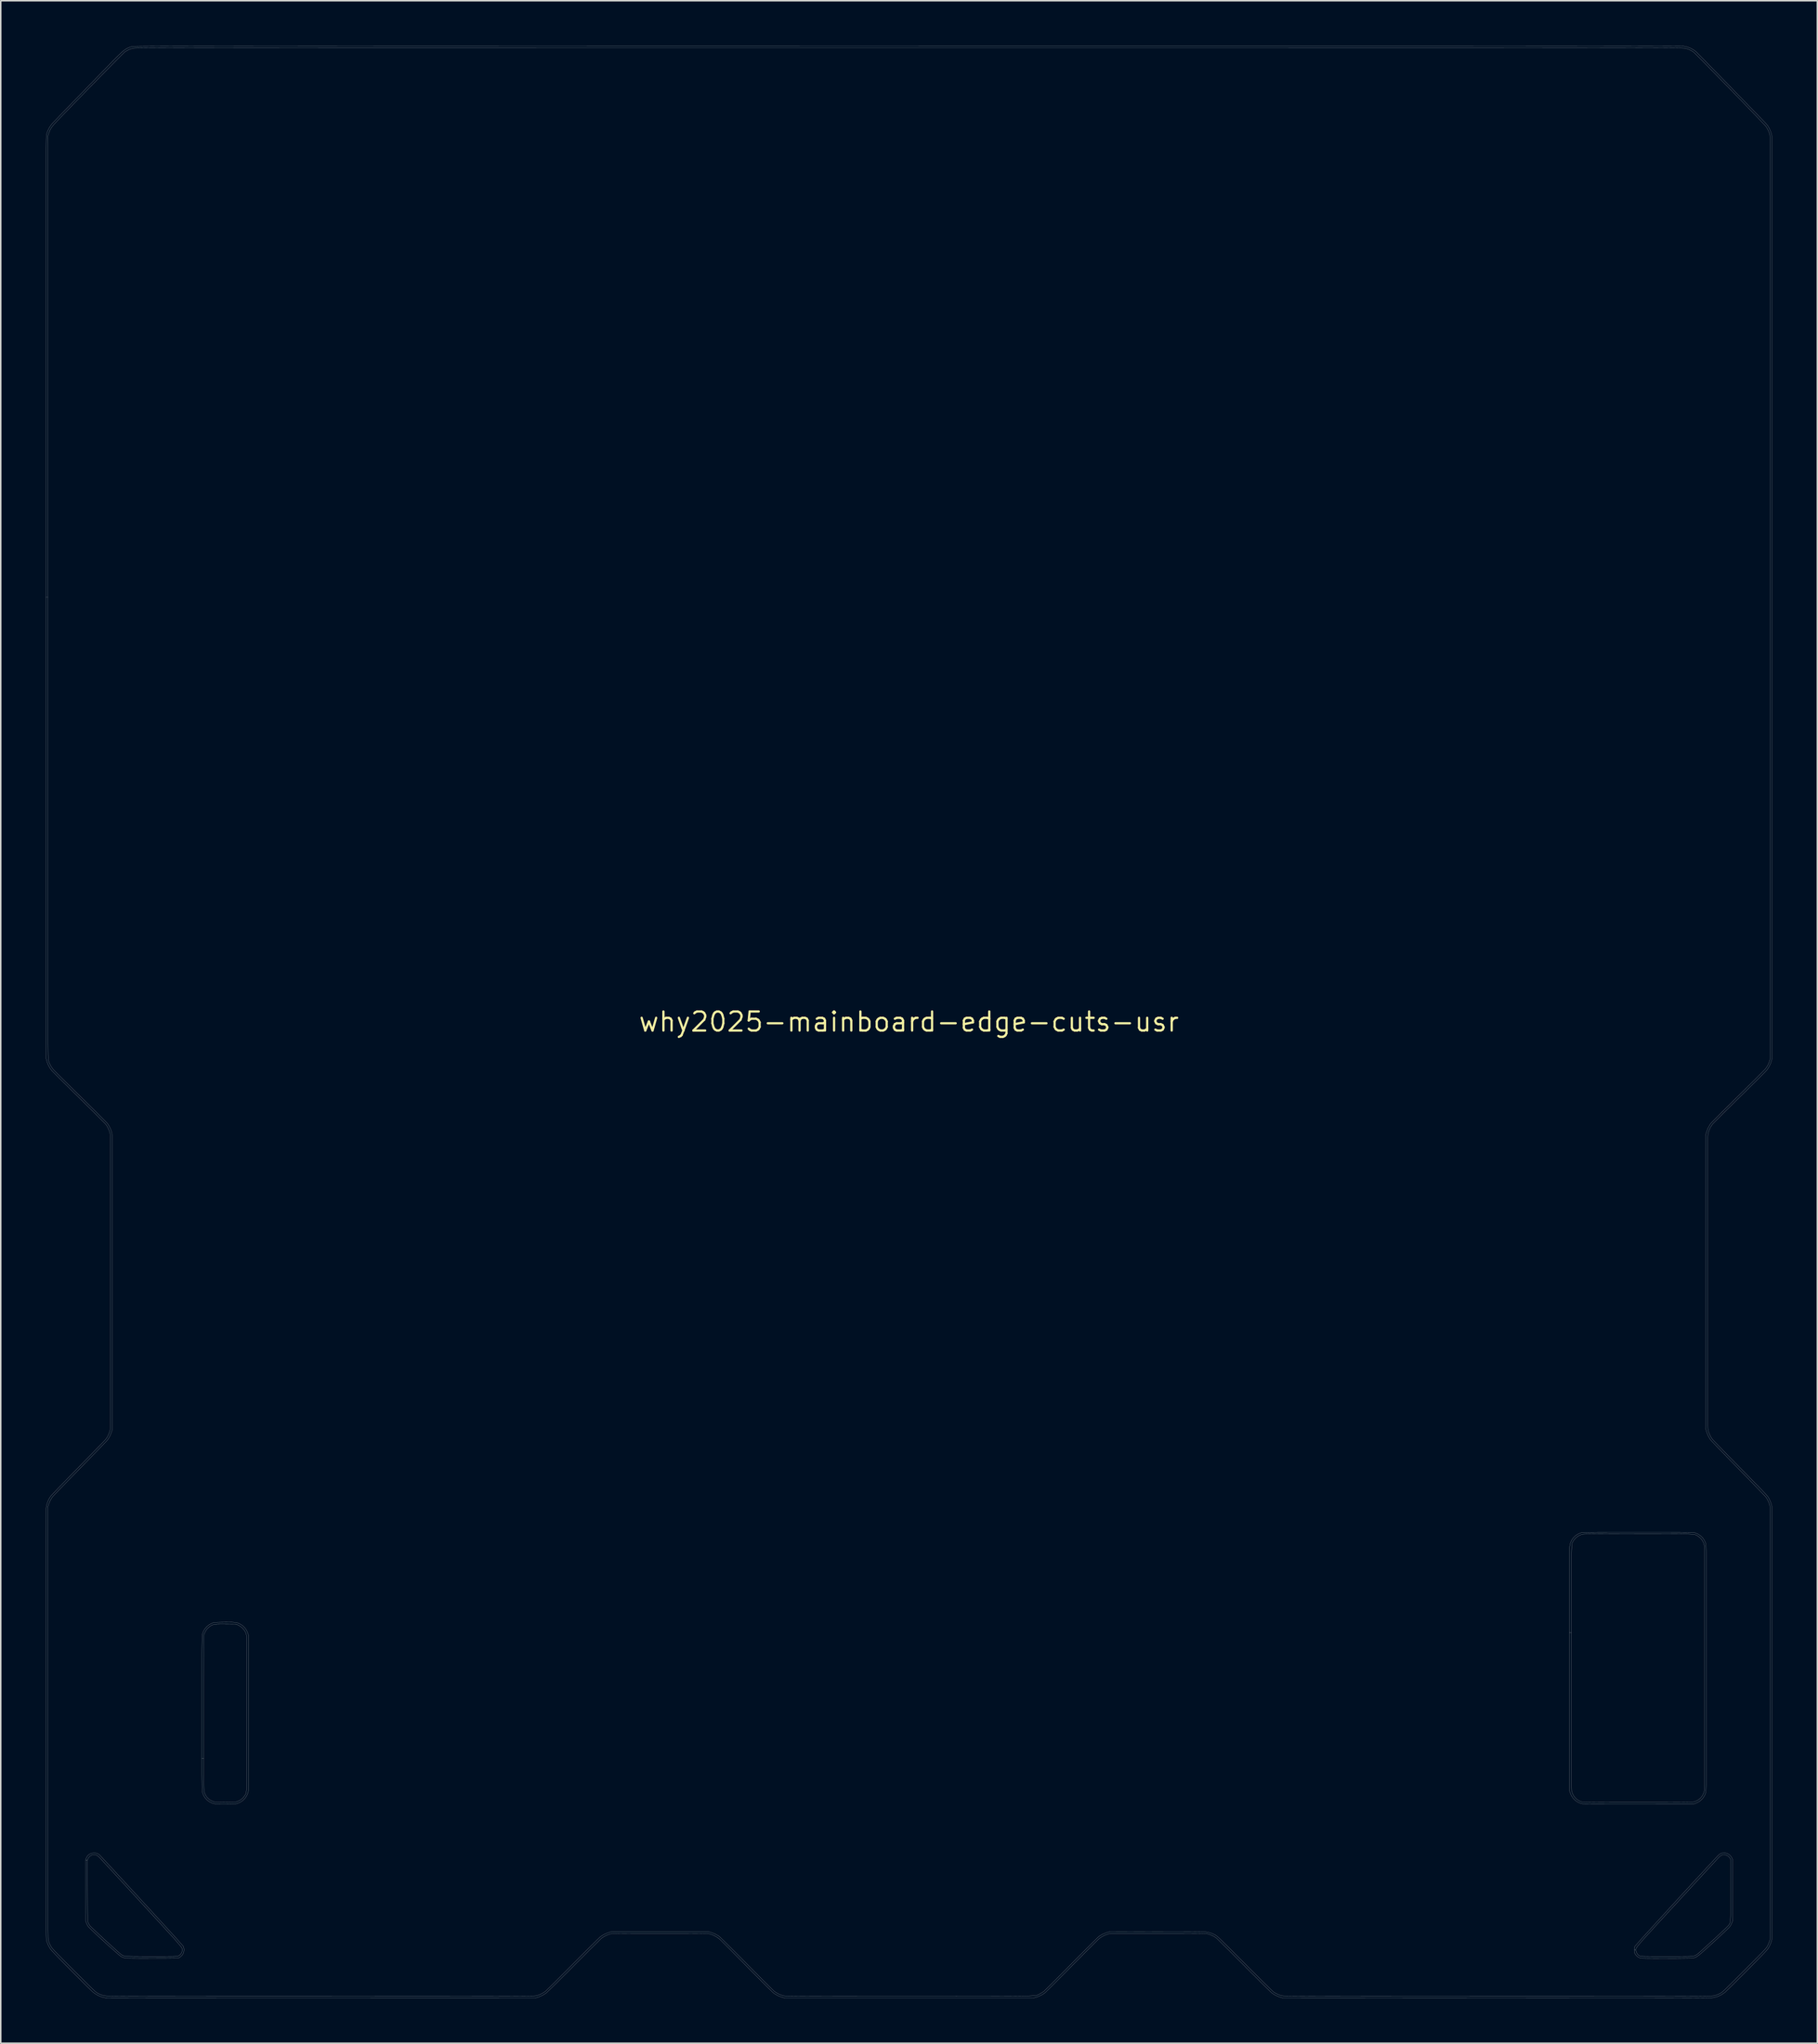
<source format=kicad_pcb>
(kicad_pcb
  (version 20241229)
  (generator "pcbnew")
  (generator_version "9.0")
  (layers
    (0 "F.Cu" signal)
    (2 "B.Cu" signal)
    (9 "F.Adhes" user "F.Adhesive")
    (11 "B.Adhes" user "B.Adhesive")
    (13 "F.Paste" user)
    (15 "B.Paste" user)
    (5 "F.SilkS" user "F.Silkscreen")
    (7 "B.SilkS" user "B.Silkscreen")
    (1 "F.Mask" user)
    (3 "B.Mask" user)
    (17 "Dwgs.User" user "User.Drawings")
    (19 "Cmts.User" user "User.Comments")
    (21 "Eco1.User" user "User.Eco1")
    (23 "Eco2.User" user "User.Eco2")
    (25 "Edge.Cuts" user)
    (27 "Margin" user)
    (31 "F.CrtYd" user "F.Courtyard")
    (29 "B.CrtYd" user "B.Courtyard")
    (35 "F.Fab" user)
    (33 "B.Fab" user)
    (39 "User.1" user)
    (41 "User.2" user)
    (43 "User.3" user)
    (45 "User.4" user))
  (footprint "why2025-mainboard-edge-cuts-usr"
    (layer "F.Cu")
    (at 57.512 65.005)
    (property "Reference" "why2025-mainboard-edge-cuts-usr" (at 0 0 0) (layer "F.SilkS") (effects (font (size 1.27 1.27) (thickness 0.15))))
    (attr through_hole)
    (fp_poly (pts (xy -54.197 55.36) (xy -54.065 55.397) (xy -53.95 55.465) (xy -53.94 55.473) (xy -53.919 55.494) (xy -53.871 55.545) (xy -53.797 55.624) (xy -53.699 55.73) (xy -53.577 55.86) (xy -53.435 56.014) (xy -53.272 56.19) (xy -53.09 56.386) (xy -52.892 56.601) (xy -52.677 56.833) (xy -52.448 57.081) (xy -52.207 57.343) (xy -51.954 57.617) (xy -51.69 57.903) (xy -51.419 58.198) (xy -51.139 58.501) (xy -51.127 58.515) (xy -50.777 58.895) (xy -50.448 59.253) (xy -50.141 59.588) (xy -49.856 59.9) (xy -49.593 60.187) (xy -49.354 60.449) (xy -49.139 60.686) (xy -48.947 60.897) (xy -48.781 61.081) (xy -48.641 61.238) (xy -48.527 61.366) (xy -48.439 61.466) (xy -48.379 61.536) (xy -48.347 61.576) (xy -48.342 61.584) (xy -48.312 61.689) (xy -48.303 61.812) (xy -48.315 61.936) (xy -48.346 62.039) (xy -48.427 62.169) (xy -48.537 62.275) (xy -48.609 62.322) (xy -48.625 62.33) (xy -48.641 62.337) (xy -48.661 62.343) (xy -48.688 62.349) (xy -48.724 62.353) (xy -48.772 62.357) (xy -48.835 62.36) (xy -48.916 62.363) (xy -49.017 62.365) (xy -49.142 62.366) (xy -49.293 62.368) (xy -49.474 62.369) (xy -49.686 62.37) (xy -49.933 62.37) (xy -50.218 62.371) (xy -50.419 62.371) (xy -50.747 62.372) (xy -51.036 62.372) (xy -51.287 62.372) (xy -51.503 62.371) (xy -51.686 62.37) (xy -51.839 62.368) (xy -51.965 62.366) (xy -52.065 62.363) (xy -52.143 62.36) (xy -52.2 62.356) (xy -52.24 62.351) (xy -52.256 62.348) (xy -52.34 62.321) (xy -52.434 62.284) (xy -52.484 62.259) (xy -52.524 62.232) (xy -52.59 62.179) (xy -52.681 62.103) (xy -52.793 62.007) (xy -52.922 61.894) (xy -53.065 61.767) (xy -53.219 61.63) (xy -53.381 61.484) (xy -53.546 61.334) (xy -53.713 61.182) (xy -53.877 61.031) (xy -54.035 60.885) (xy -54.183 60.746) (xy -54.32 60.617) (xy -54.44 60.502) (xy -54.541 60.403) (xy -54.62 60.324) (xy -54.673 60.267) (xy -54.695 60.24) (xy -54.74 60.16) (xy -54.785 60.067) (xy -54.807 60.015) (xy -54.853 59.891) (xy -54.853 55.83) (xy -54.738 55.83) (xy -54.732 57.86) (xy -54.731 58.199) (xy -54.73 58.497) (xy -54.729 58.759) (xy -54.728 58.986) (xy -54.727 59.182) (xy -54.726 59.348) (xy -54.724 59.488) (xy -54.722 59.603) (xy -54.72 59.698) (xy -54.717 59.774) (xy -54.714 59.834) (xy -54.71 59.88) (xy -54.706 59.916) (xy -54.7 59.944) (xy -54.695 59.966) (xy -54.688 59.985) (xy -54.681 60.002) (xy -54.642 60.084) (xy -54.595 60.166) (xy -54.573 60.197) (xy -54.546 60.227) (xy -54.491 60.282) (xy -54.412 60.359) (xy -54.31 60.455) (xy -54.191 60.567) (xy -54.057 60.692) (xy -53.912 60.828) (xy -53.758 60.97) (xy -53.6 61.116) (xy -53.44 61.263) (xy -53.282 61.407) (xy -53.13 61.546) (xy -52.986 61.677) (xy -52.854 61.796) (xy -52.737 61.901) (xy -52.638 61.988) (xy -52.562 62.054) (xy -52.51 62.097) (xy -52.495 62.108) (xy -52.46 62.133) (xy -52.428 62.154) (xy -52.396 62.173) (xy -52.361 62.189) (xy -52.321 62.203) (xy -52.272 62.214) (xy -52.211 62.223) (xy -52.136 62.231) (xy -52.044 62.237) (xy -51.931 62.241) (xy -51.796 62.245) (xy -51.634 62.247) (xy -51.444 62.248) (xy -51.221 62.249) (xy -50.964 62.25) (xy -50.67 62.25) (xy -50.466 62.25) (xy -50.154 62.25) (xy -49.881 62.25) (xy -49.645 62.25) (xy -49.442 62.249) (xy -49.272 62.248) (xy -49.129 62.247) (xy -49.012 62.245) (xy -48.918 62.242) (xy -48.845 62.239) (xy -48.788 62.236) (xy -48.746 62.232) (xy -48.716 62.227) (xy -48.695 62.221) (xy -48.688 62.218) (xy -48.575 62.149) (xy -48.489 62.049) (xy -48.432 61.921) (xy -48.418 61.865) (xy -48.414 61.843) (xy -48.41 61.824) (xy -48.407 61.804) (xy -48.407 61.784) (xy -48.41 61.762) (xy -48.419 61.736) (xy -48.434 61.705) (xy -48.456 61.668) (xy -48.487 61.623) (xy -48.527 61.569) (xy -48.578 61.504) (xy -48.641 61.428) (xy -48.718 61.338) (xy -48.808 61.235) (xy -48.915 61.115) (xy -49.037 60.978) (xy -49.178 60.822) (xy -49.338 60.646) (xy -49.518 60.449) (xy -49.72 60.229) (xy -49.944 59.985) (xy -50.191 59.716) (xy -50.464 59.42) (xy -50.763 59.095) (xy -51.089 58.741) (xy -51.151 58.674) (xy -51.428 58.373) (xy -51.698 58.08) (xy -51.96 57.795) (xy -52.213 57.521) (xy -52.454 57.259) (xy -52.683 57.011) (xy -52.898 56.778) (xy -53.097 56.562) (xy -53.28 56.364) (xy -53.444 56.187) (xy -53.588 56.032) (xy -53.71 55.9) (xy -53.809 55.792) (xy -53.884 55.712) (xy -53.933 55.66) (xy -53.953 55.639) (xy -54.028 55.568) (xy -54.091 55.523) (xy -54.155 55.495) (xy -54.182 55.488) (xy -54.317 55.473) (xy -54.443 55.497) (xy -54.554 55.557) (xy -54.645 55.652) (xy -54.683 55.716) (xy -54.738 55.83) (xy -54.853 55.83) (xy -54.853 55.785) (xy -54.805 55.679) (xy -54.768 55.609) (xy -54.728 55.547) (xy -54.71 55.524) (xy -54.603 55.438) (xy -54.475 55.382) (xy -54.337 55.356) (xy -54.197 55.36)) (stroke (width 0.01) (type solid)) (fill no) (layer "Dwgs.User"))
    (fp_poly (pts (xy 54.505 55.384) (xy 54.628 55.445) (xy 54.734 55.535) (xy 54.814 55.653) (xy 54.824 55.673) (xy 54.875 55.785) (xy 54.875 59.891) (xy 54.827 60.018) (xy 54.786 60.109) (xy 54.735 60.205) (xy 54.704 60.254) (xy 54.673 60.29) (xy 54.613 60.353) (xy 54.525 60.439) (xy 54.412 60.548) (xy 54.276 60.678) (xy 54.119 60.825) (xy 53.943 60.989) (xy 53.75 61.166) (xy 53.626 61.28) (xy 53.411 61.476) (xy 53.224 61.646) (xy 53.064 61.791) (xy 52.926 61.914) (xy 52.809 62.016) (xy 52.71 62.1) (xy 52.626 62.167) (xy 52.554 62.22) (xy 52.492 62.261) (xy 52.438 62.292) (xy 52.387 62.315) (xy 52.339 62.332) (xy 52.29 62.345) (xy 52.246 62.354) (xy 52.207 62.358) (xy 52.129 62.361) (xy 52.018 62.364) (xy 51.876 62.367) (xy 51.708 62.369) (xy 51.519 62.371) (xy 51.311 62.373) (xy 51.089 62.375) (xy 50.857 62.376) (xy 50.619 62.376) (xy 50.379 62.377) (xy 50.141 62.377) (xy 49.908 62.376) (xy 49.686 62.375) (xy 49.477 62.374) (xy 49.286 62.373) (xy 49.117 62.371) (xy 48.974 62.368) (xy 48.861 62.366) (xy 48.781 62.362) (xy 48.739 62.359) (xy 48.736 62.358) (xy 48.622 62.312) (xy 48.514 62.237) (xy 48.423 62.141) (xy 48.361 62.035) (xy 48.348 62.001) (xy 48.328 61.893) (xy 48.326 61.796) (xy 48.427 61.796) (xy 48.428 61.818) (xy 48.432 61.839) (xy 48.437 61.86) (xy 48.444 61.883) (xy 48.448 61.901) (xy 48.494 62.021) (xy 48.571 62.124) (xy 48.669 62.199) (xy 48.692 62.211) (xy 48.71 62.218) (xy 48.731 62.224) (xy 48.757 62.23) (xy 48.793 62.234) (xy 48.841 62.238) (xy 48.904 62.241) (xy 48.984 62.244) (xy 49.085 62.246) (xy 49.209 62.248) (xy 49.359 62.249) (xy 49.538 62.25) (xy 49.75 62.25) (xy 49.996 62.25) (xy 50.28 62.251) (xy 50.473 62.251) (xy 50.786 62.251) (xy 51.058 62.251) (xy 51.295 62.25) (xy 51.497 62.249) (xy 51.669 62.248) (xy 51.812 62.247) (xy 51.931 62.245) (xy 52.027 62.242) (xy 52.104 62.239) (xy 52.164 62.235) (xy 52.21 62.231) (xy 52.246 62.226) (xy 52.273 62.22) (xy 52.283 62.217) (xy 52.319 62.207) (xy 52.351 62.198) (xy 52.381 62.187) (xy 52.411 62.173) (xy 52.445 62.155) (xy 52.483 62.129) (xy 52.53 62.095) (xy 52.586 62.05) (xy 52.654 61.993) (xy 52.737 61.92) (xy 52.837 61.832) (xy 52.955 61.724) (xy 53.096 61.597) (xy 53.26 61.447) (xy 53.45 61.273) (xy 53.669 61.073) (xy 53.721 61.025) (xy 53.88 60.878) (xy 54.032 60.738) (xy 54.172 60.606) (xy 54.299 60.486) (xy 54.408 60.382) (xy 54.496 60.295) (xy 54.561 60.23) (xy 54.598 60.19) (xy 54.604 60.183) (xy 54.627 60.151) (xy 54.648 60.122) (xy 54.666 60.094) (xy 54.682 60.065) (xy 54.695 60.031) (xy 54.707 59.99) (xy 54.717 59.939) (xy 54.725 59.876) (xy 54.731 59.798) (xy 54.736 59.702) (xy 54.74 59.587) (xy 54.743 59.448) (xy 54.745 59.285) (xy 54.747 59.093) (xy 54.747 58.871) (xy 54.748 58.615) (xy 54.748 58.323) (xy 54.748 57.993) (xy 54.748 57.827) (xy 54.748 55.785) (xy 54.696 55.695) (xy 54.614 55.591) (xy 54.507 55.518) (xy 54.383 55.48) (xy 54.25 55.479) (xy 54.198 55.489) (xy 54.132 55.513) (xy 54.069 55.552) (xy 53.997 55.616) (xy 53.974 55.639) (xy 53.947 55.668) (xy 53.893 55.725) (xy 53.813 55.811) (xy 53.709 55.923) (xy 53.582 56.06) (xy 53.434 56.22) (xy 53.267 56.401) (xy 53.081 56.602) (xy 52.878 56.822) (xy 52.661 57.058) (xy 52.429 57.309) (xy 52.185 57.573) (xy 51.931 57.85) (xy 51.667 58.136) (xy 51.395 58.431) (xy 51.172 58.674) (xy 50.84 59.034) (xy 50.536 59.364) (xy 50.258 59.666) (xy 50.006 59.94) (xy 49.777 60.189) (xy 49.571 60.414) (xy 49.386 60.616) (xy 49.222 60.796) (xy 49.078 60.955) (xy 48.951 61.096) (xy 48.842 61.22) (xy 48.748 61.327) (xy 48.669 61.42) (xy 48.604 61.499) (xy 48.551 61.566) (xy 48.509 61.623) (xy 48.477 61.671) (xy 48.454 61.71) (xy 48.439 61.743) (xy 48.43 61.771) (xy 48.427 61.796) (xy 48.326 61.796) (xy 48.325 61.773) (xy 48.339 61.66) (xy 48.363 61.584) (xy 48.381 61.561) (xy 48.426 61.508) (xy 48.496 61.428) (xy 48.59 61.323) (xy 48.705 61.194) (xy 48.841 61.043) (xy 48.996 60.872) (xy 49.167 60.682) (xy 49.354 60.477) (xy 49.554 60.257) (xy 49.766 60.025) (xy 49.988 59.782) (xy 50.218 59.53) (xy 50.455 59.271) (xy 50.697 59.006) (xy 50.942 58.739) (xy 51.189 58.47) (xy 51.435 58.201) (xy 51.68 57.934) (xy 51.922 57.672) (xy 52.158 57.415) (xy 52.387 57.167) (xy 52.608 56.928) (xy 52.818 56.7) (xy 53.017 56.486) (xy 53.201 56.286) (xy 53.371 56.104) (xy 53.523 55.941) (xy 53.656 55.798) (xy 53.769 55.678) (xy 53.86 55.582) (xy 53.927 55.513) (xy 53.968 55.472) (xy 53.979 55.462) (xy 54.101 55.39) (xy 54.234 55.354) (xy 54.371 55.353) (xy 54.505 55.384)) (stroke (width 0.01) (type solid)) (fill no) (layer "Dwgs.User"))
    (fp_poly (pts (xy -45.093 39.989) (xy -44.975 39.995) (xy -44.878 40.005) (xy -44.796 40.019) (xy -44.725 40.038) (xy -44.657 40.063) (xy -44.589 40.095) (xy -44.561 40.109) (xy -44.389 40.219) (xy -44.244 40.362) (xy -44.128 40.532) (xy -44.045 40.726) (xy -44.042 40.733) (xy -43.995 40.883) (xy -43.995 46.048) (xy -43.995 46.601) (xy -43.995 47.113) (xy -43.995 47.585) (xy -43.995 48.021) (xy -43.995 48.42) (xy -43.996 48.785) (xy -43.996 49.117) (xy -43.996 49.418) (xy -43.997 49.69) (xy -43.998 49.934) (xy -43.998 50.151) (xy -43.999 50.343) (xy -44 50.513) (xy -44.002 50.661) (xy -44.003 50.789) (xy -44.005 50.899) (xy -44.007 50.992) (xy -44.009 51.07) (xy -44.011 51.134) (xy -44.013 51.187) (xy -44.016 51.229) (xy -44.019 51.262) (xy -44.023 51.289) (xy -44.026 51.31) (xy -44.03 51.327) (xy -44.034 51.34) (xy -44.116 51.537) (xy -44.231 51.711) (xy -44.378 51.859) (xy -44.551 51.977) (xy -44.746 52.061) (xy -44.787 52.072) (xy -44.834 52.081) (xy -44.893 52.088) (xy -44.97 52.093) (xy -45.07 52.097) (xy -45.198 52.1) (xy -45.36 52.102) (xy -45.487 52.104) (xy -45.651 52.104) (xy -45.807 52.104) (xy -45.947 52.103) (xy -46.065 52.1) (xy -46.156 52.097) (xy -46.211 52.093) (xy -46.217 52.092) (xy -46.42 52.039) (xy -46.604 51.95) (xy -46.765 51.829) (xy -46.901 51.68) (xy -47.006 51.507) (xy -47.076 51.312) (xy -47.087 51.268) (xy -47.09 51.23) (xy -47.093 51.152) (xy -47.097 51.036) (xy -47.1 50.885) (xy -47.102 50.701) (xy -47.105 50.485) (xy -47.107 50.241) (xy -47.109 49.971) (xy -47.111 49.677) (xy -47.113 49.36) (xy -47.115 49.064) (xy -46.988 49.064) (xy -46.987 49.365) (xy -46.987 49.637) (xy -46.987 49.88) (xy -46.986 50.098) (xy -46.986 50.291) (xy -46.985 50.46) (xy -46.984 50.609) (xy -46.982 50.737) (xy -46.981 50.847) (xy -46.979 50.941) (xy -46.977 51.019) (xy -46.975 51.084) (xy -46.973 51.137) (xy -46.97 51.18) (xy -46.967 51.215) (xy -46.964 51.242) (xy -46.96 51.264) (xy -46.956 51.282) (xy -46.952 51.298) (xy -46.949 51.308) (xy -46.872 51.493) (xy -46.762 51.654) (xy -46.622 51.788) (xy -46.457 51.89) (xy -46.289 51.952) (xy -46.225 51.963) (xy -46.127 51.971) (xy -46 51.978) (xy -45.853 51.983) (xy -45.692 51.986) (xy -45.526 51.987) (xy -45.361 51.985) (xy -45.204 51.982) (xy -45.063 51.977) (xy -44.945 51.969) (xy -44.857 51.96) (xy -44.821 51.953) (xy -44.641 51.885) (xy -44.478 51.78) (xy -44.336 51.643) (xy -44.232 51.498) (xy -44.22 51.477) (xy -44.208 51.458) (xy -44.197 51.44) (xy -44.187 51.421) (xy -44.178 51.4) (xy -44.169 51.375) (xy -44.161 51.343) (xy -44.154 51.305) (xy -44.148 51.257) (xy -44.142 51.199) (xy -44.137 51.129) (xy -44.133 51.046) (xy -44.129 50.946) (xy -44.126 50.83) (xy -44.123 50.696) (xy -44.12 50.541) (xy -44.118 50.364) (xy -44.116 50.165) (xy -44.115 49.94) (xy -44.114 49.688) (xy -44.113 49.409) (xy -44.113 49.1) (xy -44.112 48.759) (xy -44.112 48.386) (xy -44.112 47.977) (xy -44.112 47.533) (xy -44.112 47.051) (xy -44.112 46.53) (xy -44.112 46.056) (xy -44.112 45.44) (xy -44.112 44.861) (xy -44.112 44.32) (xy -44.113 43.816) (xy -44.114 43.351) (xy -44.115 42.925) (xy -44.116 42.538) (xy -44.117 42.191) (xy -44.119 41.883) (xy -44.12 41.615) (xy -44.122 41.387) (xy -44.124 41.201) (xy -44.126 41.055) (xy -44.128 40.951) (xy -44.131 40.888) (xy -44.133 40.87) (xy -44.187 40.69) (xy -44.279 40.524) (xy -44.405 40.378) (xy -44.56 40.256) (xy -44.659 40.2) (xy -44.818 40.121) (xy -45.505 40.115) (xy -45.721 40.114) (xy -45.899 40.114) (xy -46.045 40.117) (xy -46.164 40.124) (xy -46.261 40.135) (xy -46.342 40.151) (xy -46.41 40.173) (xy -46.471 40.201) (xy -46.531 40.237) (xy -46.595 40.282) (xy -46.601 40.287) (xy -46.704 40.371) (xy -46.785 40.46) (xy -46.856 40.568) (xy -46.912 40.677) (xy -46.979 40.82) (xy -46.985 45.995) (xy -46.986 46.548) (xy -46.986 47.06) (xy -46.987 47.532) (xy -46.987 47.967) (xy -46.987 48.367) (xy -46.987 48.732) (xy -46.988 49.064) (xy -47.115 49.064) (xy -47.115 49.024) (xy -47.116 48.671) (xy -47.117 48.302) (xy -47.118 47.921) (xy -47.119 47.529) (xy -47.12 47.129) (xy -47.12 46.723) (xy -47.12 46.313) (xy -47.12 45.902) (xy -47.12 45.492) (xy -47.12 45.084) (xy -47.119 44.682) (xy -47.118 44.287) (xy -47.117 43.902) (xy -47.116 43.529) (xy -47.115 43.171) (xy -47.113 42.829) (xy -47.111 42.506) (xy -47.109 42.204) (xy -47.107 41.926) (xy -47.105 41.673) (xy -47.102 41.449) (xy -47.099 41.254) (xy -47.096 41.092) (xy -47.093 40.964) (xy -47.09 40.874) (xy -47.086 40.823) (xy -47.085 40.814) (xy -47.016 40.61) (xy -46.913 40.429) (xy -46.777 40.272) (xy -46.612 40.145) (xy -46.421 40.049) (xy -46.406 40.043) (xy -46.368 40.03) (xy -46.33 40.02) (xy -46.286 40.011) (xy -46.232 40.005) (xy -46.161 40) (xy -46.068 39.996) (xy -45.948 39.994) (xy -45.797 39.991) (xy -45.624 39.989) (xy -45.412 39.987) (xy -45.237 39.987) (xy -45.093 39.989)) (stroke (width 0.01) (type solid)) (fill no) (layer "Dwgs.User"))
    (fp_poly (pts (xy 49.042 33.994) (xy 49.464 33.994) (xy 49.848 33.994) (xy 50.195 33.994) (xy 50.507 33.994) (xy 50.787 33.995) (xy 51.036 33.995) (xy 51.256 33.996) (xy 51.45 33.997) (xy 51.618 33.998) (xy 51.763 33.999) (xy 51.887 34) (xy 51.992 34.002) (xy 52.079 34.004) (xy 52.151 34.007) (xy 52.209 34.009) (xy 52.256 34.012) (xy 52.294 34.016) (xy 52.323 34.02) (xy 52.347 34.024) (xy 52.367 34.028) (xy 52.385 34.034) (xy 52.392 34.036) (xy 52.581 34.115) (xy 52.749 34.229) (xy 52.892 34.371) (xy 53.005 34.538) (xy 53.084 34.724) (xy 53.096 34.767) (xy 53.099 34.781) (xy 53.101 34.801) (xy 53.104 34.83) (xy 53.106 34.867) (xy 53.108 34.915) (xy 53.11 34.974) (xy 53.112 35.046) (xy 53.114 35.131) (xy 53.116 35.232) (xy 53.117 35.35) (xy 53.119 35.485) (xy 53.12 35.639) (xy 53.121 35.813) (xy 53.122 36.009) (xy 53.123 36.227) (xy 53.124 36.468) (xy 53.125 36.735) (xy 53.125 37.029) (xy 53.126 37.349) (xy 53.126 37.699) (xy 53.127 38.078) (xy 53.127 38.489) (xy 53.127 38.932) (xy 53.128 39.409) (xy 53.128 39.921) (xy 53.128 40.469) (xy 53.128 41.054) (xy 53.128 41.678) (xy 53.128 42.342) (xy 53.128 43.047) (xy 53.128 43.054) (xy 53.128 43.756) (xy 53.128 44.418) (xy 53.128 45.04) (xy 53.128 45.624) (xy 53.128 46.17) (xy 53.128 46.679) (xy 53.128 47.154) (xy 53.127 47.596) (xy 53.127 48.005) (xy 53.127 48.383) (xy 53.126 48.731) (xy 53.125 49.05) (xy 53.125 49.342) (xy 53.124 49.608) (xy 53.123 49.849) (xy 53.122 50.066) (xy 53.121 50.261) (xy 53.12 50.435) (xy 53.119 50.588) (xy 53.118 50.723) (xy 53.116 50.841) (xy 53.115 50.942) (xy 53.113 51.029) (xy 53.111 51.102) (xy 53.109 51.162) (xy 53.107 51.211) (xy 53.105 51.25) (xy 53.102 51.281) (xy 53.1 51.304) (xy 53.097 51.32) (xy 53.094 51.331) (xy 53.021 51.519) (xy 52.921 51.681) (xy 52.849 51.766) (xy 52.706 51.895) (xy 52.55 51.992) (xy 52.409 52.052) (xy 52.271 52.102) (xy 48.641 52.104) (xy 48.251 52.104) (xy 47.873 52.104) (xy 47.507 52.104) (xy 47.157 52.104) (xy 46.824 52.104) (xy 46.511 52.104) (xy 46.22 52.103) (xy 45.953 52.103) (xy 45.713 52.102) (xy 45.501 52.102) (xy 45.32 52.101) (xy 45.172 52.1) (xy 45.06 52.1) (xy 44.985 52.099) (xy 44.949 52.098) (xy 44.947 52.098) (xy 44.741 52.049) (xy 44.552 51.964) (xy 44.383 51.845) (xy 44.24 51.696) (xy 44.127 51.521) (xy 44.063 51.371) (xy 44.016 51.234) (xy 44.01 43.169) (xy 44.01 42.371) (xy 44.009 41.613) (xy 44.009 40.895) (xy 44.009 40.216) (xy 44.009 40.118) (xy 44.132 40.118) (xy 44.132 40.676) (xy 44.132 41.272) (xy 44.132 41.907) (xy 44.132 42.583) (xy 44.133 43.035) (xy 44.133 43.792) (xy 44.133 44.506) (xy 44.133 45.18) (xy 44.133 45.814) (xy 44.133 46.408) (xy 44.134 46.964) (xy 44.134 47.482) (xy 44.135 47.963) (xy 44.136 48.408) (xy 44.137 48.816) (xy 44.138 49.19) (xy 44.139 49.53) (xy 44.14 49.837) (xy 44.141 50.111) (xy 44.142 50.353) (xy 44.144 50.563) (xy 44.145 50.744) (xy 44.147 50.895) (xy 44.149 51.017) (xy 44.151 51.11) (xy 44.153 51.177) (xy 44.155 51.216) (xy 44.156 51.228) (xy 44.215 51.408) (xy 44.308 51.574) (xy 44.431 51.719) (xy 44.578 51.837) (xy 44.743 51.923) (xy 44.831 51.951) (xy 44.85 51.955) (xy 44.879 51.959) (xy 44.917 51.962) (xy 44.968 51.965) (xy 45.034 51.968) (xy 45.115 51.971) (xy 45.214 51.973) (xy 45.334 51.975) (xy 45.475 51.976) (xy 45.639 51.978) (xy 45.829 51.979) (xy 46.046 51.98) (xy 46.292 51.981) (xy 46.569 51.982) (xy 46.879 51.983) (xy 47.224 51.983) (xy 47.605 51.983) (xy 48.024 51.984) (xy 48.484 51.984) (xy 48.55 51.984) (xy 49.051 51.984) (xy 49.511 51.984) (xy 49.931 51.984) (xy 50.312 51.983) (xy 50.655 51.982) (xy 50.962 51.981) (xy 51.233 51.98) (xy 51.47 51.979) (xy 51.674 51.977) (xy 51.846 51.975) (xy 51.987 51.973) (xy 52.098 51.97) (xy 52.181 51.968) (xy 52.236 51.965) (xy 52.265 51.961) (xy 52.451 51.901) (xy 52.617 51.805) (xy 52.76 51.679) (xy 52.874 51.526) (xy 52.957 51.352) (xy 53 51.181) (xy 53.002 51.148) (xy 53.004 51.075) (xy 53.006 50.962) (xy 53.007 50.813) (xy 53.009 50.629) (xy 53.01 50.411) (xy 53.012 50.162) (xy 53.013 49.883) (xy 53.014 49.576) (xy 53.015 49.243) (xy 53.017 48.885) (xy 53.018 48.505) (xy 53.018 48.104) (xy 53.019 47.684) (xy 53.02 47.247) (xy 53.021 46.794) (xy 53.021 46.328) (xy 53.022 45.85) (xy 53.022 45.362) (xy 53.023 44.865) (xy 53.023 44.363) (xy 53.023 43.855) (xy 53.023 43.345) (xy 53.023 42.834) (xy 53.023 42.323) (xy 53.023 41.815) (xy 53.023 41.311) (xy 53.022 40.813) (xy 53.022 40.324) (xy 53.022 39.844) (xy 53.021 39.375) (xy 53.02 38.92) (xy 53.02 38.48) (xy 53.019 38.056) (xy 53.018 37.652) (xy 53.017 37.268) (xy 53.016 36.906) (xy 53.015 36.568) (xy 53.014 36.256) (xy 53.012 35.972) (xy 53.011 35.717) (xy 53.009 35.493) (xy 53.008 35.303) (xy 53.006 35.147) (xy 53.005 35.028) (xy 53.003 34.947) (xy 53.001 34.907) (xy 53.001 34.904) (xy 52.95 34.716) (xy 52.863 34.543) (xy 52.743 34.391) (xy 52.594 34.266) (xy 52.55 34.239) (xy 52.521 34.221) (xy 52.495 34.205) (xy 52.47 34.191) (xy 52.444 34.178) (xy 52.416 34.166) (xy 52.382 34.156) (xy 52.341 34.146) (xy 52.292 34.138) (xy 52.232 34.131) (xy 52.159 34.124) (xy 52.071 34.119) (xy 51.967 34.115) (xy 51.845 34.111) (xy 51.702 34.108) (xy 51.537 34.105) (xy 51.347 34.103) (xy 51.132 34.102) (xy 50.888 34.101) (xy 50.614 34.1) (xy 50.307 34.1) (xy 49.967 34.099) (xy 49.591 34.099) (xy 49.177 34.099) (xy 48.723 34.099) (xy 48.582 34.099) (xy 48.062 34.1) (xy 47.582 34.1) (xy 47.139 34.101) (xy 46.736 34.102) (xy 46.372 34.103) (xy 46.047 34.104) (xy 45.763 34.106) (xy 45.518 34.108) (xy 45.315 34.11) (xy 45.152 34.112) (xy 45.031 34.115) (xy 44.951 34.118) (xy 44.913 34.121) (xy 44.742 34.172) (xy 44.579 34.257) (xy 44.435 34.368) (xy 44.316 34.499) (xy 44.251 34.604) (xy 44.241 34.622) (xy 44.231 34.638) (xy 44.222 34.653) (xy 44.214 34.667) (xy 44.206 34.683) (xy 44.199 34.701) (xy 44.192 34.722) (xy 44.185 34.748) (xy 44.18 34.78) (xy 44.174 34.82) (xy 44.169 34.868) (xy 44.164 34.926) (xy 44.16 34.996) (xy 44.156 35.077) (xy 44.153 35.173) (xy 44.15 35.283) (xy 44.147 35.41) (xy 44.145 35.554) (xy 44.142 35.717) (xy 44.141 35.9) (xy 44.139 36.104) (xy 44.137 36.331) (xy 44.136 36.582) (xy 44.135 36.857) (xy 44.134 37.159) (xy 44.134 37.489) (xy 44.133 37.848) (xy 44.133 38.236) (xy 44.133 38.656) (xy 44.132 39.109) (xy 44.132 39.596) (xy 44.132 40.118) (xy 44.009 40.118) (xy 44.009 39.578) (xy 44.009 38.98) (xy 44.01 38.423) (xy 44.01 37.906) (xy 44.011 37.43) (xy 44.011 36.995) (xy 44.012 36.601) (xy 44.013 36.247) (xy 44.014 35.936) (xy 44.016 35.665) (xy 44.017 35.437) (xy 44.019 35.25) (xy 44.021 35.104) (xy 44.023 35.001) (xy 44.025 34.94) (xy 44.026 34.925) (xy 44.07 34.718) (xy 44.152 34.529) (xy 44.267 34.363) (xy 44.413 34.221) (xy 44.586 34.109) (xy 44.785 34.029) (xy 44.787 34.028) (xy 44.805 34.023) (xy 44.828 34.02) (xy 44.858 34.016) (xy 44.899 34.013) (xy 44.95 34.01) (xy 45.015 34.007) (xy 45.094 34.005) (xy 45.191 34.003) (xy 45.307 34.001) (xy 45.443 33.999) (xy 45.602 33.998) (xy 45.786 33.997) (xy 45.996 33.996) (xy 46.234 33.995) (xy 46.502 33.995) (xy 46.803 33.994) (xy 47.137 33.994) (xy 47.507 33.994) (xy 47.915 33.994) (xy 48.363 33.994) (xy 48.579 33.994) (xy 49.042 33.994)) (stroke (width 0.01) (type solid)) (fill no) (layer "Dwgs.User"))
    (fp_poly (pts (xy 24.47 -65) (xy 25.795 -65) (xy 27.083 -65) (xy 28.334 -65) (xy 29.547 -65) (xy 30.725 -65) (xy 31.866 -65) (xy 32.972 -64.999) (xy 34.042 -64.999) (xy 35.078 -64.999) (xy 36.078 -64.999) (xy 37.044 -64.999) (xy 37.975 -64.998) (xy 38.873 -64.998) (xy 39.737 -64.998) (xy 40.568 -64.998) (xy 41.366 -64.997) (xy 42.132 -64.997) (xy 42.865 -64.997) (xy 43.566 -64.996) (xy 44.235 -64.996) (xy 44.873 -64.995) (xy 45.48 -64.995) (xy 46.057 -64.995) (xy 46.603 -64.994) (xy 47.118 -64.994) (xy 47.604 -64.993) (xy 48.061 -64.993) (xy 48.488 -64.992) (xy 48.886 -64.991) (xy 49.256 -64.991) (xy 49.598 -64.99) (xy 49.911 -64.99) (xy 50.197 -64.989) (xy 50.456 -64.988) (xy 50.688 -64.988) (xy 50.893 -64.987) (xy 51.072 -64.986) (xy 51.225 -64.985) (xy 51.352 -64.985) (xy 51.453 -64.984) (xy 51.53 -64.983) (xy 51.581 -64.982) (xy 51.609 -64.981) (xy 51.613 -64.981) (xy 51.85 -64.929) (xy 52.078 -64.845) (xy 52.286 -64.731) (xy 52.447 -64.611) (xy 52.471 -64.588) (xy 52.522 -64.536) (xy 52.6 -64.458) (xy 52.7 -64.356) (xy 52.822 -64.232) (xy 52.964 -64.087) (xy 53.123 -63.924) (xy 53.298 -63.745) (xy 53.487 -63.552) (xy 53.687 -63.347) (xy 53.897 -63.132) (xy 54.114 -62.909) (xy 54.338 -62.68) (xy 54.565 -62.447) (xy 54.793 -62.212) (xy 55.022 -61.977) (xy 55.248 -61.744) (xy 55.47 -61.516) (xy 55.686 -61.294) (xy 55.894 -61.08) (xy 56.092 -60.876) (xy 56.277 -60.685) (xy 56.448 -60.508) (xy 56.604 -60.348) (xy 56.741 -60.206) (xy 56.858 -60.085) (xy 56.953 -59.986) (xy 57.024 -59.911) (xy 57.061 -59.873) (xy 57.151 -59.772) (xy 57.221 -59.682) (xy 57.279 -59.589) (xy 57.337 -59.476) (xy 57.34 -59.471) (xy 57.388 -59.362) (xy 57.433 -59.245) (xy 57.468 -59.138) (xy 57.482 -59.087) (xy 57.484 -59.078) (xy 57.485 -59.068) (xy 57.487 -59.055) (xy 57.488 -59.038) (xy 57.49 -59.018) (xy 57.491 -58.993) (xy 57.493 -58.963) (xy 57.494 -58.927) (xy 57.496 -58.884) (xy 57.497 -58.834) (xy 57.498 -58.777) (xy 57.499 -58.711) (xy 57.5 -58.636) (xy 57.502 -58.551) (xy 57.503 -58.456) (xy 57.504 -58.349) (xy 57.505 -58.231) (xy 57.506 -58.101) (xy 57.507 -57.958) (xy 57.507 -57.801) (xy 57.508 -57.63) (xy 57.509 -57.444) (xy 57.51 -57.243) (xy 57.511 -57.025) (xy 57.511 -56.79) (xy 57.512 -56.538) (xy 57.513 -56.268) (xy 57.513 -55.979) (xy 57.514 -55.671) (xy 57.514 -55.343) (xy 57.515 -54.994) (xy 57.515 -54.623) (xy 57.516 -54.231) (xy 57.516 -53.816) (xy 57.516 -53.378) (xy 57.517 -52.916) (xy 57.517 -52.429) (xy 57.518 -51.917) (xy 57.518 -51.379) (xy 57.518 -50.815) (xy 57.518 -50.223) (xy 57.519 -49.604) (xy 57.519 -48.956) (xy 57.519 -48.28) (xy 57.519 -47.573) (xy 57.519 -46.836) (xy 57.52 -46.069) (xy 57.52 -45.269) (xy 57.52 -44.437) (xy 57.52 -43.572) (xy 57.52 -42.674) (xy 57.52 -41.742) (xy 57.52 -40.774) (xy 57.52 -39.771) (xy 57.52 -38.732) (xy 57.52 -37.656) (xy 57.52 -36.543) (xy 57.52 -35.391) (xy 57.52 -34.201) (xy 57.52 -32.971) (xy 57.52 -31.701) (xy 57.52 -30.391) (xy 57.52 -29.039) (xy 57.52 -28.258) (xy 57.52 2.402) (xy 57.473 2.582) (xy 57.405 2.787) (xy 57.312 2.985) (xy 57.203 3.162) (xy 57.146 3.235) (xy 57.116 3.267) (xy 57.058 3.327) (xy 56.974 3.413) (xy 56.866 3.522) (xy 56.735 3.652) (xy 56.585 3.802) (xy 56.417 3.968) (xy 56.234 4.15) (xy 56.036 4.345) (xy 55.827 4.551) (xy 55.609 4.766) (xy 55.383 4.988) (xy 55.323 5.047) (xy 55.096 5.27) (xy 54.876 5.486) (xy 54.666 5.694) (xy 54.467 5.891) (xy 54.282 6.075) (xy 54.112 6.244) (xy 53.96 6.396) (xy 53.827 6.529) (xy 53.715 6.642) (xy 53.628 6.732) (xy 53.565 6.796) (xy 53.531 6.834) (xy 53.526 6.84) (xy 53.401 7.036) (xy 53.304 7.252) (xy 53.255 7.414) (xy 53.252 7.428) (xy 53.249 7.443) (xy 53.246 7.46) (xy 53.243 7.481) (xy 53.24 7.505) (xy 53.238 7.536) (xy 53.236 7.573) (xy 53.233 7.618) (xy 53.231 7.671) (xy 53.23 7.736) (xy 53.228 7.811) (xy 53.226 7.899) (xy 53.225 8.001) (xy 53.223 8.117) (xy 53.222 8.25) (xy 53.221 8.399) (xy 53.22 8.567) (xy 53.219 8.755) (xy 53.218 8.963) (xy 53.217 9.193) (xy 53.217 9.446) (xy 53.216 9.723) (xy 53.216 10.025) (xy 53.215 10.354) (xy 53.215 10.71) (xy 53.214 11.095) (xy 53.214 11.511) (xy 53.214 11.957) (xy 53.214 12.435) (xy 53.214 12.947) (xy 53.213 13.493) (xy 53.213 14.076) (xy 53.213 14.695) (xy 53.213 15.352) (xy 53.213 16.048) (xy 53.213 16.785) (xy 53.213 17.31) (xy 53.213 18.079) (xy 53.213 18.807) (xy 53.213 19.496) (xy 53.213 20.145) (xy 53.213 20.756) (xy 53.214 21.331) (xy 53.214 21.87) (xy 53.214 22.375) (xy 53.214 22.847) (xy 53.215 23.286) (xy 53.215 23.695) (xy 53.215 24.074) (xy 53.216 24.424) (xy 53.216 24.747) (xy 53.217 25.044) (xy 53.218 25.315) (xy 53.219 25.562) (xy 53.219 25.786) (xy 53.22 25.989) (xy 53.221 26.171) (xy 53.223 26.333) (xy 53.224 26.477) (xy 53.225 26.604) (xy 53.227 26.715) (xy 53.228 26.81) (xy 53.23 26.892) (xy 53.232 26.962) (xy 53.234 27.02) (xy 53.236 27.067) (xy 53.238 27.105) (xy 53.24 27.136) (xy 53.243 27.159) (xy 53.245 27.176) (xy 53.247 27.184) (xy 53.29 27.33) (xy 53.353 27.487) (xy 53.428 27.638) (xy 53.509 27.766) (xy 53.522 27.784) (xy 53.548 27.814) (xy 53.602 27.872) (xy 53.681 27.955) (xy 53.784 28.063) (xy 53.908 28.192) (xy 54.051 28.34) (xy 54.212 28.506) (xy 54.387 28.686) (xy 54.576 28.88) (xy 54.776 29.084) (xy 54.985 29.297) (xy 55.161 29.477) (xy 55.449 29.77) (xy 55.708 30.034) (xy 55.941 30.271) (xy 56.148 30.483) (xy 56.333 30.671) (xy 56.495 30.837) (xy 56.637 30.982) (xy 56.759 31.109) (xy 56.865 31.219) (xy 56.954 31.313) (xy 57.029 31.393) (xy 57.092 31.462) (xy 57.143 31.519) (xy 57.184 31.568) (xy 57.217 31.61) (xy 57.243 31.645) (xy 57.264 31.677) (xy 57.282 31.707) (xy 57.297 31.736) (xy 57.312 31.766) (xy 57.327 31.798) (xy 57.336 31.817) (xy 57.388 31.931) (xy 57.435 32.051) (xy 57.47 32.16) (xy 57.482 32.205) (xy 57.485 32.217) (xy 57.487 32.232) (xy 57.489 32.249) (xy 57.491 32.271) (xy 57.493 32.298) (xy 57.495 32.331) (xy 57.497 32.371) (xy 57.499 32.419) (xy 57.501 32.476) (xy 57.502 32.542) (xy 57.504 32.62) (xy 57.505 32.709) (xy 57.507 32.811) (xy 57.508 32.927) (xy 57.509 33.057) (xy 57.51 33.203) (xy 57.511 33.365) (xy 57.512 33.545) (xy 57.513 33.743) (xy 57.514 33.961) (xy 57.515 34.199) (xy 57.515 34.458) (xy 57.516 34.739) (xy 57.517 35.044) (xy 57.517 35.372) (xy 57.518 35.726) (xy 57.518 36.106) (xy 57.518 36.512) (xy 57.519 36.947) (xy 57.519 37.41) (xy 57.519 37.904) (xy 57.52 38.427) (xy 57.52 38.983) (xy 57.52 39.571) (xy 57.52 40.193) (xy 57.52 40.85) (xy 57.52 41.542) (xy 57.52 42.27) (xy 57.52 43.036) (xy 57.52 43.84) (xy 57.52 44.683) (xy 57.52 45.567) (xy 57.52 46.492) (xy 57.52 46.683) (xy 57.52 47.638) (xy 57.52 48.551) (xy 57.52 49.424) (xy 57.52 50.257) (xy 57.52 51.051) (xy 57.52 51.807) (xy 57.52 52.526) (xy 57.52 53.209) (xy 57.519 53.856) (xy 57.519 54.469) (xy 57.519 55.048) (xy 57.518 55.594) (xy 57.518 56.108) (xy 57.517 56.592) (xy 57.517 57.045) (xy 57.516 57.469) (xy 57.516 57.864) (xy 57.515 58.232) (xy 57.515 58.573) (xy 57.514 58.888) (xy 57.513 59.179) (xy 57.512 59.445) (xy 57.511 59.688) (xy 57.51 59.908) (xy 57.509 60.107) (xy 57.508 60.285) (xy 57.507 60.444) (xy 57.506 60.584) (xy 57.504 60.705) (xy 57.503 60.81) (xy 57.501 60.898) (xy 57.5 60.971) (xy 57.498 61.029) (xy 57.497 61.073) (xy 57.495 61.105) (xy 57.493 61.124) (xy 57.492 61.129) (xy 57.437 61.327) (xy 57.353 61.529) (xy 57.25 61.715) (xy 57.24 61.731) (xy 57.21 61.771) (xy 57.16 61.83) (xy 57.09 61.908) (xy 56.998 62.007) (xy 56.882 62.128) (xy 56.743 62.273) (xy 56.578 62.442) (xy 56.387 62.637) (xy 56.168 62.859) (xy 55.92 63.108) (xy 55.828 63.201) (xy 55.629 63.401) (xy 55.435 63.595) (xy 55.249 63.78) (xy 55.074 63.954) (xy 54.912 64.114) (xy 54.765 64.258) (xy 54.637 64.384) (xy 54.528 64.489) (xy 54.443 64.57) (xy 54.383 64.626) (xy 54.356 64.65) (xy 54.146 64.792) (xy 53.915 64.904) (xy 53.673 64.978) (xy 53.646 64.984) (xy 53.632 64.987) (xy 53.618 64.989) (xy 53.6 64.992) (xy 53.58 64.994) (xy 53.555 64.996) (xy 53.525 64.998) (xy 53.489 65) (xy 53.446 65.002) (xy 53.395 65.004) (xy 53.335 65.005) (xy 53.265 65.007) (xy 53.184 65.008) (xy 53.091 65.01) (xy 52.986 65.011) (xy 52.866 65.012) (xy 52.732 65.013) (xy 52.582 65.014) (xy 52.416 65.015) (xy 52.232 65.016) (xy 52.029 65.017) (xy 51.807 65.018) (xy 51.565 65.018) (xy 51.301 65.019) (xy 51.015 65.019) (xy 50.705 65.02) (xy 50.371 65.02) (xy 50.012 65.02) (xy 49.627 65.021) (xy 49.215 65.021) (xy 48.775 65.021) (xy 48.305 65.021) (xy 47.806 65.021) (xy 47.276 65.021) (xy 46.713 65.021) (xy 46.118 65.021) (xy 45.49 65.021) (xy 44.826 65.021) (xy 44.127 65.021) (xy 43.391 65.02) (xy 42.617 65.02) (xy 41.805 65.02) (xy 40.954 65.019) (xy 40.061 65.019) (xy 39.176 65.019) (xy 24.903 65.013) (xy 24.745 64.965) (xy 24.545 64.89) (xy 24.353 64.794) (xy 24.187 64.685) (xy 24.175 64.676) (xy 24.145 64.65) (xy 24.087 64.595) (xy 24.003 64.514) (xy 23.895 64.408) (xy 23.765 64.281) (xy 23.616 64.134) (xy 23.449 63.969) (xy 23.267 63.788) (xy 23.071 63.593) (xy 22.864 63.386) (xy 22.647 63.169) (xy 22.422 62.945) (xy 22.331 62.853) (xy 22.104 62.625) (xy 21.884 62.405) (xy 21.673 62.194) (xy 21.473 61.994) (xy 21.285 61.808) (xy 21.113 61.636) (xy 20.957 61.482) (xy 20.821 61.347) (xy 20.705 61.233) (xy 20.612 61.142) (xy 20.544 61.077) (xy 20.503 61.038) (xy 20.495 61.031) (xy 20.374 60.947) (xy 20.226 60.866) (xy 20.067 60.798) (xy 19.939 60.755) (xy 19.919 60.75) (xy 19.896 60.745) (xy 19.868 60.741) (xy 19.834 60.737) (xy 19.79 60.734) (xy 19.736 60.731) (xy 19.668 60.728) (xy 19.585 60.726) (xy 19.485 60.724) (xy 19.366 60.722) (xy 19.225 60.721) (xy 19.061 60.72) (xy 18.871 60.719) (xy 18.654 60.718) (xy 18.407 60.718) (xy 18.128 60.717) (xy 17.815 60.717) (xy 17.467 60.717) (xy 17.081 60.717) (xy 16.654 60.717) (xy 13.409 60.717) (xy 13.241 60.765) (xy 12.998 60.857) (xy 12.778 60.984) (xy 12.65 61.083) (xy 12.616 61.114) (xy 12.556 61.173) (xy 12.469 61.258) (xy 12.359 61.367) (xy 12.228 61.498) (xy 12.078 61.649) (xy 11.91 61.817) (xy 11.727 62) (xy 11.532 62.198) (xy 11.325 62.406) (xy 11.11 62.624) (xy 10.887 62.849) (xy 10.836 62.901) (xy 10.613 63.126) (xy 10.397 63.345) (xy 10.19 63.554) (xy 9.994 63.751) (xy 9.81 63.935) (xy 9.641 64.104) (xy 9.489 64.255) (xy 9.357 64.387) (xy 9.245 64.497) (xy 9.156 64.584) (xy 9.092 64.645) (xy 9.056 64.678) (xy 9.051 64.682) (xy 8.896 64.783) (xy 8.717 64.874) (xy 8.531 64.948) (xy 8.473 64.966) (xy 8.308 65.013) (xy -8.287 65.013) (xy -8.452 64.966) (xy -8.708 64.87) (xy -8.951 64.735) (xy -9 64.701) (xy -9.031 64.675) (xy -9.09 64.621) (xy -9.173 64.54) (xy -9.281 64.436) (xy -9.41 64.309) (xy -9.558 64.163) (xy -9.723 63.998) (xy -9.904 63.818) (xy -10.098 63.623) (xy -10.303 63.417) (xy -10.517 63.201) (xy -10.738 62.978) (xy -10.784 62.931) (xy -11.007 62.705) (xy -11.224 62.485) (xy -11.433 62.274) (xy -11.633 62.073) (xy -11.819 61.885) (xy -11.992 61.712) (xy -12.148 61.556) (xy -12.285 61.419) (xy -12.401 61.304) (xy -12.494 61.211) (xy -12.563 61.145) (xy -12.604 61.106) (xy -12.608 61.102) (xy -12.791 60.964) (xy -12.995 60.849) (xy -13.208 60.766) (xy -13.25 60.754) (xy -13.271 60.749) (xy -13.295 60.744) (xy -13.325 60.74) (xy -13.362 60.736) (xy -13.409 60.733) (xy -13.468 60.73) (xy -13.541 60.728) (xy -13.63 60.725) (xy -13.736 60.724) (xy -13.863 60.722) (xy -14.012 60.721) (xy -14.185 60.72) (xy -14.385 60.719) (xy -14.613 60.718) (xy -14.871 60.717) (xy -15.162 60.717) (xy -15.487 60.717) (xy -15.849 60.717) (xy -16.249 60.717) (xy -16.584 60.717) (xy -17.015 60.717) (xy -17.406 60.717) (xy -17.758 60.717) (xy -18.075 60.717) (xy -18.357 60.717) (xy -18.607 60.718) (xy -18.828 60.719) (xy -19.02 60.72) (xy -19.187 60.721) (xy -19.331 60.722) (xy -19.452 60.724) (xy -19.554 60.726) (xy -19.639 60.728) (xy -19.708 60.73) (xy -19.764 60.733) (xy -19.808 60.737) (xy -19.844 60.741) (xy -19.872 60.745) (xy -19.895 60.749) (xy -19.916 60.755) (xy -19.918 60.755) (xy -20.086 60.814) (xy -20.255 60.892) (xy -20.407 60.981) (xy -20.47 61.028) (xy -20.5 61.054) (xy -20.558 61.109) (xy -20.642 61.19) (xy -20.749 61.295) (xy -20.878 61.422) (xy -21.027 61.569) (xy -21.193 61.734) (xy -21.375 61.915) (xy -21.571 62.111) (xy -21.778 62.318) (xy -21.995 62.535) (xy -22.22 62.761) (xy -22.321 62.862) (xy -22.549 63.091) (xy -22.77 63.312) (xy -22.982 63.524) (xy -23.184 63.725) (xy -23.373 63.912) (xy -23.548 64.085) (xy -23.705 64.24) (xy -23.844 64.376) (xy -23.963 64.491) (xy -24.058 64.582) (xy -24.129 64.649) (xy -24.173 64.688) (xy -24.183 64.696) (xy -24.425 64.842) (xy -24.684 64.952) (xy -24.726 64.965) (xy -24.881 65.013) (xy -39.169 65.016) (xy -39.945 65.016) (xy -40.712 65.016) (xy -41.466 65.016) (xy -42.209 65.016) (xy -42.937 65.016) (xy -43.651 65.016) (xy -44.349 65.016) (xy -45.031 65.016) (xy -45.694 65.016) (xy -46.338 65.015) (xy -46.962 65.015) (xy -47.564 65.015) (xy -48.145 65.015) (xy -48.701 65.015) (xy -49.234 65.015) (xy -49.74 65.014) (xy -50.22 65.014) (xy -50.671 65.014) (xy -51.094 65.013) (xy -51.487 65.013) (xy -51.849 65.013) (xy -52.178 65.012) (xy -52.474 65.012) (xy -52.735 65.012) (xy -52.961 65.011) (xy -53.15 65.011) (xy -53.302 65.01) (xy -53.414 65.01) (xy -53.487 65.009) (xy -53.519 65.009) (xy -53.52 65.009) (xy -53.731 64.962) (xy -53.947 64.882) (xy -54.154 64.775) (xy -54.339 64.648) (xy -54.377 64.616) (xy -54.416 64.58) (xy -54.483 64.517) (xy -54.574 64.428) (xy -54.687 64.317) (xy -54.82 64.186) (xy -54.971 64.037) (xy -55.136 63.873) (xy -55.313 63.696) (xy -55.5 63.509) (xy -55.695 63.314) (xy -55.828 63.18) (xy -56.083 62.924) (xy -56.308 62.696) (xy -56.505 62.496) (xy -56.676 62.321) (xy -56.821 62.171) (xy -56.943 62.044) (xy -57.041 61.939) (xy -57.117 61.855) (xy -57.173 61.791) (xy -57.209 61.745) (xy -57.218 61.733) (xy -57.353 61.487) (xy -57.453 61.22) (xy -57.462 61.188) (xy -57.464 61.177) (xy -57.467 61.164) (xy -57.469 61.146) (xy -57.471 61.123) (xy -57.473 61.093) (xy -57.475 61.057) (xy -57.477 61.012) (xy -57.478 60.958) (xy -57.48 60.895) (xy -57.482 60.82) (xy -57.483 60.733) (xy -57.485 60.634) (xy -57.486 60.521) (xy -57.487 60.393) (xy -57.488 60.249) (xy -57.489 60.089) (xy -57.49 59.911) (xy -57.491 59.715) (xy -57.492 59.499) (xy -57.493 59.263) (xy -57.494 59.005) (xy -57.495 58.726) (xy -57.496 58.422) (xy -57.496 58.095) (xy -57.497 57.743) (xy -57.498 57.364) (xy -57.498 56.959) (xy -57.499 56.525) (xy -57.499 56.063) (xy -57.5 55.57) (xy -57.5 55.047) (xy -57.501 54.492) (xy -57.501 53.905) (xy -57.502 53.283) (xy -57.502 52.628) (xy -57.503 51.936) (xy -57.503 51.208) (xy -57.503 50.443) (xy -57.504 49.639) (xy -57.504 48.796) (xy -57.505 47.913) (xy -57.505 46.988) (xy -57.505 46.831) (xy -57.506 45.816) (xy -57.506 44.843) (xy -57.506 43.911) (xy -57.506 43.02) (xy -57.507 42.169) (xy -57.507 41.358) (xy -57.507 40.586) (xy -57.507 39.852) (xy -57.507 39.157) (xy -57.507 38.499) (xy -57.506 37.878) (xy -57.506 37.293) (xy -57.506 36.744) (xy -57.505 36.231) (xy -57.505 35.753) (xy -57.504 35.309) (xy -57.503 34.899) (xy -57.503 34.522) (xy -57.502 34.177) (xy -57.501 33.865) (xy -57.5 33.585) (xy -57.499 33.335) (xy -57.498 33.117) (xy -57.497 32.928) (xy -57.495 32.769) (xy -57.494 32.639) (xy -57.493 32.537) (xy -57.491 32.463) (xy -57.489 32.417) (xy -57.488 32.401) (xy -57.448 32.163) (xy -57.38 31.948) (xy -57.28 31.742) (xy -57.192 31.602) (xy -57.167 31.572) (xy -57.114 31.514) (xy -57.035 31.429) (xy -56.933 31.321) (xy -56.808 31.191) (xy -56.664 31.04) (xy -56.501 30.872) (xy -56.323 30.687) (xy -56.13 30.488) (xy -55.924 30.277) (xy -55.709 30.057) (xy -55.485 29.828) (xy -55.348 29.688) (xy -55.12 29.456) (xy -54.899 29.23) (xy -54.687 29.014) (xy -54.486 28.808) (xy -54.299 28.615) (xy -54.126 28.438) (xy -53.97 28.277) (xy -53.833 28.135) (xy -53.717 28.014) (xy -53.624 27.916) (xy -53.555 27.843) (xy -53.513 27.797) (xy -53.501 27.783) (xy -53.421 27.662) (xy -53.344 27.514) (xy -53.279 27.358) (xy -53.232 27.21) (xy -53.226 27.184) (xy -53.223 27.17) (xy -53.221 27.15) (xy -53.218 27.124) (xy -53.216 27.091) (xy -53.214 27.049) (xy -53.212 26.997) (xy -53.21 26.935) (xy -53.208 26.86) (xy -53.206 26.773) (xy -53.205 26.671) (xy -53.204 26.554) (xy -53.202 26.42) (xy -53.201 26.269) (xy -53.2 26.098) (xy -53.199 25.908) (xy -53.198 25.697) (xy -53.197 25.463) (xy -53.196 25.206) (xy -53.196 24.924) (xy -53.195 24.617) (xy -53.194 24.283) (xy -53.194 23.921) (xy -53.194 23.529) (xy -53.193 23.108) (xy -53.193 22.655) (xy -53.193 22.17) (xy -53.192 21.65) (xy -53.192 21.096) (xy -53.192 20.507) (xy -53.192 19.879) (xy -53.192 19.214) (xy -53.192 18.509) (xy -53.192 17.764) (xy -53.192 17.325) (xy -53.192 16.556) (xy -53.192 15.827) (xy -53.192 15.139) (xy -53.192 14.49) (xy -53.192 13.878) (xy -53.192 13.303) (xy -53.192 12.764) (xy -53.193 12.259) (xy -53.193 11.787) (xy -53.193 11.347) (xy -53.194 10.938) (xy -53.194 10.559) (xy -53.195 10.209) (xy -53.195 9.886) (xy -53.196 9.589) (xy -53.197 9.318) (xy -53.198 9.071) (xy -53.198 8.846) (xy -53.199 8.644) (xy -53.201 8.462) (xy -53.202 8.3) (xy -53.203 8.156) (xy -53.204 8.029) (xy -53.206 7.918) (xy -53.207 7.823) (xy -53.209 7.741) (xy -53.211 7.672) (xy -53.213 7.614) (xy -53.215 7.567) (xy -53.217 7.529) (xy -53.219 7.499) (xy -53.222 7.476) (xy -53.225 7.459) (xy -53.225 7.455) (xy -53.271 7.294) (xy -53.339 7.124) (xy -53.424 6.962) (xy -53.504 6.84) (xy -53.531 6.81) (xy -53.585 6.753) (xy -53.666 6.67) (xy -53.771 6.564) (xy -53.898 6.436) (xy -54.046 6.289) (xy -54.211 6.124) (xy -54.392 5.944) (xy -54.587 5.751) (xy -54.795 5.546) (xy -55.012 5.332) (xy -55.237 5.111) (xy -55.302 5.047) (xy -55.529 4.824) (xy -55.75 4.607) (xy -55.961 4.398) (xy -56.162 4.2) (xy -56.349 4.015) (xy -56.521 3.844) (xy -56.676 3.69) (xy -56.812 3.554) (xy -56.926 3.439) (xy -57.017 3.348) (xy -57.082 3.281) (xy -57.12 3.241) (xy -57.125 3.235) (xy -57.24 3.073) (xy -57.342 2.884) (xy -57.423 2.681) (xy -57.452 2.582) (xy -57.499 2.402) (xy -57.499 -28.268) (xy -57.499 -29.643) (xy -57.499 -30.977) (xy -57.499 -32.27) (xy -57.499 -33.522) (xy -57.499 -34.735) (xy -57.499 -35.908) (xy -57.499 -37.043) (xy -57.499 -38.14) (xy -57.499 -39.2) (xy -57.499 -40.223) (xy -57.499 -41.211) (xy -57.499 -42.163) (xy -57.499 -43.081) (xy -57.499 -43.965) (xy -57.499 -44.815) (xy -57.498 -45.633) (xy -57.498 -46.418) (xy -57.498 -47.173) (xy -57.498 -47.896) (xy -57.498 -48.59) (xy -57.498 -49.254) (xy -57.497 -49.889) (xy -57.497 -50.497) (xy -57.497 -51.076) (xy -57.497 -51.629) (xy -57.496 -52.155) (xy -57.496 -52.656) (xy -57.496 -53.133) (xy -57.495 -53.584) (xy -57.495 -54.012) (xy -57.494 -54.418) (xy -57.494 -54.8) (xy -57.493 -55.161) (xy -57.493 -55.501) (xy -57.492 -55.821) (xy -57.492 -56.121) (xy -57.491 -56.402) (xy -57.49 -56.664) (xy -57.49 -56.908) (xy -57.489 -57.135) (xy -57.488 -57.346) (xy -57.488 -57.541) (xy -57.487 -57.72) (xy -57.486 -57.885) (xy -57.485 -58.036) (xy -57.484 -58.174) (xy -57.483 -58.299) (xy -57.482 -58.411) (xy -57.481 -58.513) (xy -57.48 -58.604) (xy -57.479 -58.684) (xy -57.478 -58.755) (xy -57.477 -58.818) (xy -57.475 -58.872) (xy -57.474 -58.918) (xy -57.473 -58.958) (xy -57.472 -58.981) (xy -57.372 -58.981) (xy -57.372 -28.279) (xy -57.372 -26.901) (xy -57.372 -25.566) (xy -57.372 -24.271) (xy -57.372 -23.017) (xy -57.372 -21.803) (xy -57.372 -20.628) (xy -57.372 -19.491) (xy -57.372 -18.392) (xy -57.372 -17.331) (xy -57.372 -16.306) (xy -57.372 -15.316) (xy -57.372 -14.362) (xy -57.372 -13.443) (xy -57.372 -12.558) (xy -57.372 -11.706) (xy -57.371 -10.887) (xy -57.371 -10.099) (xy -57.371 -9.344) (xy -57.371 -8.618) (xy -57.371 -7.924) (xy -57.37 -7.258) (xy -57.37 -6.622) (xy -57.37 -6.013) (xy -57.37 -5.433) (xy -57.369 -4.879) (xy -57.369 -4.351) (xy -57.369 -3.849) (xy -57.368 -3.372) (xy -57.368 -2.92) (xy -57.368 -2.491) (xy -57.367 -2.085) (xy -57.367 -1.702) (xy -57.366 -1.34) (xy -57.366 -0.999) (xy -57.365 -0.679) (xy -57.364 -0.379) (xy -57.364 -0.099) (xy -57.363 0.164) (xy -57.363 0.408) (xy -57.362 0.635) (xy -57.361 0.846) (xy -57.36 1.04) (xy -57.359 1.219) (xy -57.359 1.384) (xy -57.358 1.534) (xy -57.357 1.671) (xy -57.356 1.795) (xy -57.355 1.907) (xy -57.354 2.007) (xy -57.353 2.096) (xy -57.352 2.176) (xy -57.35 2.245) (xy -57.349 2.306) (xy -57.348 2.359) (xy -57.347 2.403) (xy -57.345 2.441) (xy -57.344 2.473) (xy -57.342 2.498) (xy -57.341 2.519) (xy -57.339 2.535) (xy -57.338 2.547) (xy -57.336 2.557) (xy -57.335 2.561) (xy -57.265 2.759) (xy -57.165 2.956) (xy -57.045 3.134) (xy -56.998 3.19) (xy -56.965 3.225) (xy -56.904 3.288) (xy -56.817 3.376) (xy -56.706 3.487) (xy -56.573 3.619) (xy -56.421 3.771) (xy -56.251 3.939) (xy -56.066 4.123) (xy -55.867 4.319) (xy -55.657 4.526) (xy -55.438 4.741) (xy -55.212 4.963) (xy -55.168 5.007) (xy -54.936 5.234) (xy -54.712 5.454) (xy -54.5 5.665) (xy -54.3 5.863) (xy -54.114 6.048) (xy -53.945 6.217) (xy -53.794 6.368) (xy -53.664 6.5) (xy -53.556 6.61) (xy -53.472 6.697) (xy -53.415 6.758) (xy -53.386 6.792) (xy -53.385 6.794) (xy -53.278 6.968) (xy -53.188 7.156) (xy -53.124 7.342) (xy -53.113 7.385) (xy -53.11 7.399) (xy -53.107 7.416) (xy -53.105 7.436) (xy -53.102 7.462) (xy -53.1 7.493) (xy -53.098 7.532) (xy -53.096 7.579) (xy -53.094 7.636) (xy -53.092 7.704) (xy -53.09 7.784) (xy -53.089 7.876) (xy -53.087 7.983) (xy -53.086 8.105) (xy -53.085 8.244) (xy -53.083 8.401) (xy -53.082 8.576) (xy -53.081 8.771) (xy -53.081 8.987) (xy -53.08 9.226) (xy -53.079 9.488) (xy -53.078 9.775) (xy -53.078 10.087) (xy -53.077 10.426) (xy -53.077 10.793) (xy -53.077 11.19) (xy -53.076 11.617) (xy -53.076 12.075) (xy -53.076 12.566) (xy -53.076 13.09) (xy -53.076 13.65) (xy -53.076 14.246) (xy -53.075 14.879) (xy -53.075 15.55) (xy -53.075 16.261) (xy -53.075 17.013) (xy -53.075 17.335) (xy -53.075 27.125) (xy -53.123 27.29) (xy -53.192 27.481) (xy -53.283 27.671) (xy -53.387 27.839) (xy -53.388 27.84) (xy -53.412 27.868) (xy -53.464 27.924) (xy -53.541 28.007) (xy -53.643 28.113) (xy -53.767 28.242) (xy -53.91 28.391) (xy -54.072 28.559) (xy -54.25 28.742) (xy -54.443 28.94) (xy -54.648 29.151) (xy -54.863 29.371) (xy -55.087 29.6) (xy -55.236 29.752) (xy -55.464 29.985) (xy -55.686 30.211) (xy -55.897 30.428) (xy -56.098 30.634) (xy -56.286 30.827) (xy -56.458 31.005) (xy -56.614 31.166) (xy -56.75 31.308) (xy -56.866 31.429) (xy -56.959 31.527) (xy -57.028 31.6) (xy -57.07 31.647) (xy -57.082 31.661) (xy -57.209 31.871) (xy -57.308 32.109) (xy -57.323 32.153) (xy -57.372 32.311) (xy -57.372 46.672) (xy -57.372 47.624) (xy -57.372 48.534) (xy -57.372 49.403) (xy -57.372 50.233) (xy -57.372 51.024) (xy -57.372 51.777) (xy -57.372 52.493) (xy -57.371 53.173) (xy -57.371 53.817) (xy -57.371 54.428) (xy -57.371 55.004) (xy -57.37 55.549) (xy -57.37 56.061) (xy -57.37 56.543) (xy -57.369 56.994) (xy -57.369 57.417) (xy -57.368 57.811) (xy -57.367 58.179) (xy -57.367 58.519) (xy -57.366 58.835) (xy -57.365 59.125) (xy -57.364 59.392) (xy -57.363 59.636) (xy -57.363 59.858) (xy -57.362 60.059) (xy -57.36 60.24) (xy -57.359 60.401) (xy -57.358 60.544) (xy -57.357 60.669) (xy -57.355 60.778) (xy -57.354 60.871) (xy -57.353 60.949) (xy -57.351 61.013) (xy -57.349 61.064) (xy -57.348 61.102) (xy -57.346 61.13) (xy -57.344 61.146) (xy -57.343 61.151) (xy -57.265 61.383) (xy -57.151 61.605) (xy -57.117 61.658) (xy -57.084 61.701) (xy -57.021 61.772) (xy -56.93 61.87) (xy -56.809 61.996) (xy -56.659 62.151) (xy -56.48 62.334) (xy -56.271 62.546) (xy -56.032 62.786) (xy -55.762 63.056) (xy -55.601 63.217) (xy -55.362 63.455) (xy -55.152 63.664) (xy -54.967 63.848) (xy -54.807 64.008) (xy -54.668 64.145) (xy -54.55 64.261) (xy -54.449 64.359) (xy -54.364 64.44) (xy -54.294 64.506) (xy -54.235 64.56) (xy -54.186 64.602) (xy -54.145 64.635) (xy -54.111 64.661) (xy -54.08 64.681) (xy -54.051 64.697) (xy -54.022 64.712) (xy -53.996 64.725) (xy -53.893 64.771) (xy -53.78 64.815) (xy -53.678 64.848) (xy -53.657 64.854) (xy -53.647 64.856) (xy -53.635 64.859) (xy -53.62 64.861) (xy -53.603 64.864) (xy -53.582 64.866) (xy -53.556 64.868) (xy -53.523 64.87) (xy -53.484 64.872) (xy -53.437 64.874) (xy -53.382 64.875) (xy -53.316 64.877) (xy -53.24 64.879) (xy -53.152 64.88) (xy -53.052 64.881) (xy -52.938 64.883) (xy -52.81 64.884) (xy -52.666 64.885) (xy -52.505 64.886) (xy -52.328 64.887) (xy -52.132 64.888) (xy -51.917 64.889) (xy -51.681 64.889) (xy -51.424 64.89) (xy -51.146 64.891) (xy -50.844 64.891) (xy -50.518 64.892) (xy -50.167 64.892) (xy -49.791 64.893) (xy -49.387 64.893) (xy -48.955 64.893) (xy -48.495 64.894) (xy -48.005 64.894) (xy -47.485 64.894) (xy -46.932 64.894) (xy -46.347 64.895) (xy -45.729 64.895) (xy -45.076 64.895) (xy -44.387 64.895) (xy -43.663 64.895) (xy -42.9 64.895) (xy -42.1 64.895) (xy -41.26 64.895) (xy -40.38 64.895) (xy -39.459 64.895) (xy -39.243 64.895) (xy -38.302 64.896) (xy -37.403 64.896) (xy -36.544 64.896) (xy -35.725 64.896) (xy -34.945 64.895) (xy -34.202 64.895) (xy -33.496 64.895) (xy -32.826 64.895) (xy -32.191 64.895) (xy -31.59 64.895) (xy -31.022 64.895) (xy -30.486 64.894) (xy -29.982 64.894) (xy -29.508 64.894) (xy -29.063 64.893) (xy -28.647 64.893) (xy -28.259 64.892) (xy -27.897 64.892) (xy -27.561 64.891) (xy -27.25 64.89) (xy -26.963 64.89) (xy -26.699 64.889) (xy -26.457 64.888) (xy -26.236 64.887) (xy -26.035 64.886) (xy -25.854 64.885) (xy -25.691 64.884) (xy -25.546 64.883) (xy -25.417 64.882) (xy -25.304 64.88) (xy -25.206 64.879) (xy -25.121 64.878) (xy -25.05 64.876) (xy -24.99 64.874) (xy -24.941 64.873) (xy -24.903 64.871) (xy -24.874 64.869) (xy -24.853 64.867) (xy -24.839 64.865) (xy -24.839 64.865) (xy -24.693 64.822) (xy -24.533 64.756) (xy -24.376 64.673) (xy -24.235 64.581) (xy -24.225 64.574) (xy -24.194 64.546) (xy -24.135 64.491) (xy -24.05 64.409) (xy -23.941 64.303) (xy -23.811 64.175) (xy -23.662 64.027) (xy -23.495 63.862) (xy -23.313 63.68) (xy -23.117 63.484) (xy -22.91 63.277) (xy -22.693 63.059) (xy -22.47 62.834) (xy -22.388 62.752) (xy -22.162 62.524) (xy -21.943 62.303) (xy -21.732 62.092) (xy -21.531 61.891) (xy -21.344 61.704) (xy -21.171 61.532) (xy -21.014 61.377) (xy -20.877 61.242) (xy -20.76 61.128) (xy -20.666 61.037) (xy -20.597 60.971) (xy -20.555 60.933) (xy -20.546 60.926) (xy -20.353 60.802) (xy -20.131 60.699) (xy -19.95 60.638) (xy -19.78 60.59) (xy -13.388 60.59) (xy -13.219 60.638) (xy -12.956 60.732) (xy -12.722 60.856) (xy -12.649 60.905) (xy -12.618 60.932) (xy -12.558 60.987) (xy -12.474 61.069) (xy -12.365 61.174) (xy -12.235 61.302) (xy -12.086 61.45) (xy -11.919 61.616) (xy -11.736 61.798) (xy -11.54 61.994) (xy -11.333 62.203) (xy -11.116 62.421) (xy -10.892 62.647) (xy -10.795 62.746) (xy -10.569 62.975) (xy -10.349 63.197) (xy -10.138 63.409) (xy -9.938 63.611) (xy -9.751 63.799) (xy -9.578 63.971) (xy -9.422 64.127) (xy -9.285 64.263) (xy -9.168 64.378) (xy -9.074 64.469) (xy -9.005 64.535) (xy -8.963 64.574) (xy -8.954 64.582) (xy -8.823 64.668) (xy -8.673 64.748) (xy -8.518 64.814) (xy -8.375 64.859) (xy -8.35 64.865) (xy -8.334 64.868) (xy -8.309 64.87) (xy -8.276 64.873) (xy -8.233 64.875) (xy -8.178 64.877) (xy -8.111 64.879) (xy -8.03 64.881) (xy -7.934 64.882) (xy -7.822 64.884) (xy -7.693 64.885) (xy -7.545 64.887) (xy -7.377 64.888) (xy -7.187 64.889) (xy -6.976 64.89) (xy -6.741 64.891) (xy -6.482 64.892) (xy -6.196 64.893) (xy -5.883 64.893) (xy -5.542 64.894) (xy -5.171 64.894) (xy -4.769 64.895) (xy -4.336 64.895) (xy -3.869 64.895) (xy -3.367 64.896) (xy -2.83 64.896) (xy -2.256 64.896) (xy -1.644 64.896) (xy -0.992 64.896) (xy -0.3 64.896) (xy 0.011 64.896) (xy 0.72 64.896) (xy 1.389 64.896) (xy 2.018 64.896) (xy 2.609 64.896) (xy 3.162 64.897) (xy 3.679 64.896) (xy 4.161 64.896) (xy 4.61 64.896) (xy 5.026 64.896) (xy 5.412 64.896) (xy 5.767 64.895) (xy 6.095 64.894) (xy 6.394 64.893) (xy 6.668 64.892) (xy 6.917 64.891) (xy 7.143 64.889) (xy 7.346 64.887) (xy 7.529 64.885) (xy 7.691 64.882) (xy 7.836 64.879) (xy 7.963 64.876) (xy 8.074 64.872) (xy 8.17 64.868) (xy 8.253 64.864) (xy 8.324 64.859) (xy 8.383 64.853) (xy 8.433 64.848) (xy 8.475 64.841) (xy 8.51 64.834) (xy 8.538 64.827) (xy 8.562 64.819) (xy 8.583 64.81) (xy 8.601 64.801) (xy 8.619 64.791) (xy 8.636 64.78) (xy 8.656 64.769) (xy 8.678 64.757) (xy 8.689 64.752) (xy 8.787 64.7) (xy 8.89 64.638) (xy 8.976 64.58) (xy 8.985 64.573) (xy 9.017 64.545) (xy 9.076 64.489) (xy 9.16 64.407) (xy 9.268 64.301) (xy 9.398 64.173) (xy 9.547 64.024) (xy 9.714 63.858) (xy 9.896 63.676) (xy 10.092 63.479) (xy 10.299 63.271) (xy 10.515 63.053) (xy 10.738 62.827) (xy 10.827 62.737) (xy 11.053 62.508) (xy 11.272 62.287) (xy 11.483 62.074) (xy 11.683 61.873) (xy 11.871 61.686) (xy 12.044 61.513) (xy 12.2 61.358) (xy 12.338 61.222) (xy 12.455 61.108) (xy 12.549 61.016) (xy 12.619 60.951) (xy 12.662 60.912) (xy 12.671 60.905) (xy 12.894 60.77) (xy 13.147 60.667) (xy 13.24 60.638) (xy 13.409 60.591) (xy 16.425 60.584) (xy 16.87 60.583) (xy 17.288 60.582) (xy 17.676 60.582) (xy 18.035 60.582) (xy 18.362 60.583) (xy 18.656 60.584) (xy 18.916 60.585) (xy 19.141 60.587) (xy 19.329 60.589) (xy 19.479 60.591) (xy 19.59 60.594) (xy 19.66 60.597) (xy 19.675 60.598) (xy 19.929 60.636) (xy 20.159 60.703) (xy 20.377 60.802) (xy 20.415 60.823) (xy 20.442 60.84) (xy 20.472 60.859) (xy 20.504 60.883) (xy 20.542 60.914) (xy 20.587 60.952) (xy 20.641 61) (xy 20.705 61.06) (xy 20.782 61.132) (xy 20.872 61.219) (xy 20.978 61.323) (xy 21.101 61.444) (xy 21.243 61.585) (xy 21.406 61.747) (xy 21.591 61.931) (xy 21.8 62.141) (xy 22.035 62.377) (xy 22.298 62.64) (xy 22.394 62.737) (xy 22.626 62.97) (xy 22.851 63.194) (xy 23.067 63.41) (xy 23.272 63.614) (xy 23.464 63.805) (xy 23.642 63.98) (xy 23.803 64.139) (xy 23.945 64.278) (xy 24.066 64.397) (xy 24.165 64.492) (xy 24.24 64.563) (xy 24.288 64.607) (xy 24.305 64.621) (xy 24.444 64.703) (xy 24.597 64.776) (xy 24.748 64.834) (xy 24.861 64.865) (xy 24.874 64.867) (xy 24.895 64.869) (xy 24.924 64.871) (xy 24.963 64.873) (xy 25.012 64.874) (xy 25.071 64.876) (xy 25.143 64.878) (xy 25.228 64.879) (xy 25.327 64.88) (xy 25.441 64.882) (xy 25.57 64.883) (xy 25.716 64.884) (xy 25.88 64.885) (xy 26.062 64.886) (xy 26.263 64.887) (xy 26.485 64.888) (xy 26.728 64.889) (xy 26.993 64.89) (xy 27.282 64.891) (xy 27.594 64.891) (xy 27.931 64.892) (xy 28.294 64.893) (xy 28.684 64.893) (xy 29.102 64.894) (xy 29.548 64.894) (xy 30.023 64.894) (xy 30.529 64.895) (xy 31.067 64.895) (xy 31.637 64.895) (xy 32.24 64.896) (xy 32.877 64.896) (xy 33.549 64.896) (xy 34.257 64.896) (xy 35.002 64.896) (xy 35.784 64.896) (xy 36.606 64.896) (xy 37.467 64.897) (xy 38.368 64.897) (xy 39.255 64.897) (xy 40.186 64.897) (xy 41.075 64.897) (xy 41.923 64.897) (xy 42.732 64.897) (xy 43.502 64.897) (xy 44.235 64.897) (xy 44.931 64.897) (xy 45.592 64.897) (xy 46.218 64.896) (xy 46.81 64.896) (xy 47.369 64.896) (xy 47.897 64.896) (xy 48.393 64.896) (xy 48.86 64.896) (xy 49.297 64.895) (xy 49.707 64.895) (xy 50.09 64.895) (xy 50.446 64.894) (xy 50.777 64.894) (xy 51.084 64.893) (xy 51.368 64.892) (xy 51.629 64.892) (xy 51.869 64.891) (xy 52.089 64.89) (xy 52.289 64.889) (xy 52.471 64.889) (xy 52.635 64.888) (xy 52.782 64.886) (xy 52.914 64.885) (xy 53.031 64.884) (xy 53.135 64.883) (xy 53.225 64.881) (xy 53.304 64.88) (xy 53.372 64.878) (xy 53.43 64.877) (xy 53.479 64.875) (xy 53.52 64.873) (xy 53.554 64.871) (xy 53.582 64.869) (xy 53.605 64.867) (xy 53.623 64.864) (xy 53.639 64.862) (xy 53.652 64.859) (xy 53.663 64.857) (xy 53.67 64.855) (xy 53.771 64.825) (xy 53.886 64.782) (xy 53.996 64.735) (xy 54.017 64.724) (xy 54.047 64.71) (xy 54.076 64.694) (xy 54.105 64.677) (xy 54.136 64.656) (xy 54.171 64.63) (xy 54.213 64.595) (xy 54.263 64.552) (xy 54.323 64.497) (xy 54.395 64.429) (xy 54.481 64.346) (xy 54.583 64.246) (xy 54.704 64.127) (xy 54.844 63.988) (xy 55.007 63.826) (xy 55.193 63.641) (xy 55.405 63.429) (xy 55.645 63.189) (xy 55.66 63.174) (xy 55.902 62.932) (xy 56.116 62.717) (xy 56.304 62.529) (xy 56.467 62.365) (xy 56.608 62.223) (xy 56.728 62.101) (xy 56.83 61.997) (xy 56.914 61.909) (xy 56.983 61.836) (xy 57.039 61.774) (xy 57.084 61.724) (xy 57.119 61.681) (xy 57.146 61.645) (xy 57.168 61.614) (xy 57.185 61.585) (xy 57.201 61.556) (xy 57.208 61.542) (xy 57.256 61.44) (xy 57.303 61.327) (xy 57.34 61.225) (xy 57.344 61.214) (xy 57.393 61.055) (xy 57.393 46.694) (xy 57.393 45.758) (xy 57.393 44.864) (xy 57.393 44.011) (xy 57.393 43.197) (xy 57.393 42.421) (xy 57.393 41.684) (xy 57.393 40.982) (xy 57.393 40.317) (xy 57.393 39.686) (xy 57.393 39.09) (xy 57.393 38.526) (xy 57.392 37.994) (xy 57.392 37.493) (xy 57.392 37.022) (xy 57.391 36.58) (xy 57.391 36.166) (xy 57.391 35.78) (xy 57.39 35.42) (xy 57.39 35.085) (xy 57.389 34.774) (xy 57.388 34.487) (xy 57.388 34.223) (xy 57.387 33.98) (xy 57.386 33.758) (xy 57.385 33.555) (xy 57.384 33.371) (xy 57.383 33.205) (xy 57.382 33.056) (xy 57.381 32.922) (xy 57.38 32.804) (xy 57.379 32.699) (xy 57.377 32.608) (xy 57.376 32.529) (xy 57.374 32.461) (xy 57.372 32.403) (xy 57.371 32.354) (xy 57.369 32.314) (xy 57.367 32.281) (xy 57.365 32.254) (xy 57.363 32.233) (xy 57.361 32.217) (xy 57.358 32.204) (xy 57.356 32.194) (xy 57.307 32.05) (xy 57.24 31.897) (xy 57.164 31.754) (xy 57.104 31.662) (xy 57.08 31.634) (xy 57.029 31.578) (xy 56.951 31.496) (xy 56.85 31.39) (xy 56.726 31.261) (xy 56.583 31.112) (xy 56.421 30.945) (xy 56.243 30.761) (xy 56.05 30.564) (xy 55.846 30.354) (xy 55.63 30.133) (xy 55.406 29.904) (xy 55.257 29.752) (xy 55.029 29.519) (xy 54.808 29.293) (xy 54.596 29.076) (xy 54.395 28.869) (xy 54.207 28.676) (xy 54.035 28.498) (xy 53.879 28.337) (xy 53.742 28.195) (xy 53.626 28.073) (xy 53.533 27.975) (xy 53.464 27.902) (xy 53.422 27.855) (xy 53.409 27.841) (xy 53.305 27.672) (xy 53.213 27.482) (xy 53.144 27.29) (xy 53.097 27.125) (xy 53.097 7.504) (xy 53.144 7.338) (xy 53.24 7.083) (xy 53.375 6.84) (xy 53.408 6.791) (xy 53.434 6.76) (xy 53.489 6.702) (xy 53.569 6.618) (xy 53.674 6.511) (xy 53.801 6.383) (xy 53.948 6.235) (xy 54.113 6.069) (xy 54.295 5.888) (xy 54.491 5.694) (xy 54.698 5.488) (xy 54.916 5.273) (xy 55.142 5.05) (xy 55.231 4.963) (xy 55.46 4.738) (xy 55.682 4.519) (xy 55.895 4.309) (xy 56.097 4.109) (xy 56.286 3.922) (xy 56.459 3.749) (xy 56.615 3.593) (xy 56.752 3.456) (xy 56.868 3.339) (xy 56.96 3.245) (xy 57.026 3.176) (xy 57.066 3.134) (xy 57.073 3.125) (xy 57.196 2.946) (xy 57.29 2.753) (xy 57.346 2.589) (xy 57.393 2.424) (xy 57.393 -28.268) (xy 57.393 -29.645) (xy 57.393 -30.98) (xy 57.393 -32.273) (xy 57.393 -33.527) (xy 57.393 -34.741) (xy 57.393 -35.915) (xy 57.393 -37.051) (xy 57.393 -38.15) (xy 57.393 -39.211) (xy 57.393 -40.235) (xy 57.393 -41.224) (xy 57.393 -42.177) (xy 57.393 -43.096) (xy 57.393 -43.981) (xy 57.393 -44.832) (xy 57.393 -45.651) (xy 57.392 -46.438) (xy 57.392 -47.193) (xy 57.392 -47.917) (xy 57.392 -48.612) (xy 57.392 -49.277) (xy 57.391 -49.913) (xy 57.391 -50.521) (xy 57.391 -51.101) (xy 57.391 -51.655) (xy 57.39 -52.182) (xy 57.39 -52.683) (xy 57.39 -53.16) (xy 57.389 -53.612) (xy 57.389 -54.041) (xy 57.388 -54.446) (xy 57.388 -54.829) (xy 57.387 -55.191) (xy 57.387 -55.531) (xy 57.386 -55.85) (xy 57.386 -56.15) (xy 57.385 -56.431) (xy 57.384 -56.693) (xy 57.384 -56.937) (xy 57.383 -57.164) (xy 57.382 -57.375) (xy 57.382 -57.569) (xy 57.381 -57.748) (xy 57.38 -57.912) (xy 57.379 -58.063) (xy 57.378 -58.2) (xy 57.377 -58.324) (xy 57.376 -58.436) (xy 57.375 -58.536) (xy 57.374 -58.626) (xy 57.373 -58.705) (xy 57.372 -58.775) (xy 57.37 -58.836) (xy 57.369 -58.889) (xy 57.368 -58.934) (xy 57.367 -58.972) (xy 57.365 -59.004) (xy 57.364 -59.03) (xy 57.362 -59.051) (xy 57.361 -59.068) (xy 57.359 -59.08) (xy 57.357 -59.09) (xy 57.356 -59.097) (xy 57.306 -59.245) (xy 57.237 -59.401) (xy 57.159 -59.547) (xy 57.103 -59.633) (xy 57.076 -59.665) (xy 57.021 -59.725) (xy 56.941 -59.81) (xy 56.837 -59.92) (xy 56.712 -60.052) (xy 56.567 -60.203) (xy 56.404 -60.373) (xy 56.226 -60.558) (xy 56.033 -60.758) (xy 55.829 -60.969) (xy 55.615 -61.19) (xy 55.393 -61.419) (xy 55.164 -61.654) (xy 54.932 -61.893) (xy 54.698 -62.133) (xy 54.464 -62.373) (xy 54.231 -62.612) (xy 54.003 -62.845) (xy 53.78 -63.073) (xy 53.565 -63.293) (xy 53.359 -63.502) (xy 53.165 -63.699) (xy 52.985 -63.881) (xy 52.82 -64.048) (xy 52.673 -64.196) (xy 52.546 -64.324) (xy 52.44 -64.429) (xy 52.357 -64.511) (xy 52.3 -64.565) (xy 52.27 -64.592) (xy 52.269 -64.593) (xy 52.099 -64.699) (xy 51.921 -64.778) (xy 51.742 -64.833) (xy 51.736 -64.835) (xy 51.73 -64.836) (xy 51.723 -64.838) (xy 51.714 -64.839) (xy 51.704 -64.841) (xy 51.691 -64.842) (xy 51.675 -64.843) (xy 51.656 -64.844) (xy 51.633 -64.846) (xy 51.605 -64.847) (xy 51.573 -64.848) (xy 51.535 -64.849) (xy 51.491 -64.85) (xy 51.441 -64.851) (xy 51.384 -64.852) (xy 51.32 -64.853) (xy 51.248 -64.854) (xy 51.167 -64.855) (xy 51.078 -64.856) (xy 50.979 -64.857) (xy 50.871 -64.858) (xy 50.752 -64.858) (xy 50.622 -64.859) (xy 50.481 -64.86) (xy 50.328 -64.861) (xy 50.163 -64.862) (xy 49.984 -64.862) (xy 49.793 -64.863) (xy 49.588 -64.864) (xy 49.368 -64.864) (xy 49.133 -64.865) (xy 48.884 -64.865) (xy 48.618 -64.866) (xy 48.336 -64.867) (xy 48.037 -64.867) (xy 47.721 -64.868) (xy 47.388 -64.868) (xy 47.035 -64.869) (xy 46.664 -64.869) (xy 46.274 -64.869) (xy 45.864 -64.87) (xy 45.434 -64.87) (xy 44.983 -64.871) (xy 44.51 -64.871) (xy 44.016 -64.871) (xy 43.5 -64.872) (xy 42.961 -64.872) (xy 42.398 -64.872) (xy 41.812 -64.873) (xy 41.201 -64.873) (xy 40.566 -64.873) (xy 39.906 -64.873) (xy 39.219 -64.874) (xy 38.507 -64.874) (xy 37.768 -64.874) (xy 37.001 -64.874) (xy 36.207 -64.874) (xy 35.384 -64.874) (xy 34.533 -64.875) (xy 33.653 -64.875) (xy 32.742 -64.875) (xy 31.802 -64.875) (xy 30.831 -64.875) (xy 29.829 -64.875) (xy 28.794 -64.875) (xy 27.728 -64.875) (xy 26.629 -64.875) (xy 25.497 -64.875) (xy 24.331 -64.876) (xy 23.131 -64.876) (xy 21.896 -64.876) (xy 20.626 -64.876) (xy 19.321 -64.876) (xy 17.979 -64.876) (xy 16.6 -64.876) (xy 15.185 -64.876) (xy 13.731 -64.876) (xy 12.24 -64.876) (xy 10.71 -64.876) (xy 9.14 -64.876) (xy 7.531 -64.876) (xy 5.882 -64.876) (xy 4.192 -64.876) (xy 2.461 -64.876) (xy -3.525 -64.876) (xy -5.23 -64.876) (xy -6.894 -64.876) (xy -8.518 -64.876) (xy -10.103 -64.876) (xy -11.647 -64.876) (xy -13.153 -64.876) (xy -14.621 -64.876) (xy -16.051 -64.876) (xy -17.443 -64.876) (xy -18.799 -64.876) (xy -20.118 -64.876) (xy -21.402 -64.876) (xy -22.65 -64.876) (xy -23.863 -64.876) (xy -25.041 -64.875) (xy -26.186 -64.875) (xy -27.297 -64.875) (xy -28.376 -64.875) (xy -29.422 -64.875) (xy -30.436 -64.875) (xy -31.419 -64.875) (xy -32.371 -64.875) (xy -33.293 -64.875) (xy -34.184 -64.875) (xy -35.046 -64.874) (xy -35.88 -64.874) (xy -36.684 -64.874) (xy -37.461 -64.874) (xy -38.211 -64.874) (xy -38.933 -64.874) (xy -39.629 -64.873) (xy -40.299 -64.873) (xy -40.944 -64.873) (xy -41.564 -64.873) (xy -42.159 -64.872) (xy -42.731 -64.872) (xy -43.279 -64.872) (xy -43.803 -64.871) (xy -44.306 -64.871) (xy -44.786 -64.871) (xy -45.245 -64.87) (xy -45.684 -64.87) (xy -46.101 -64.87) (xy -46.499 -64.869) (xy -46.877 -64.869) (xy -47.236 -64.868) (xy -47.577 -64.868) (xy -47.899 -64.867) (xy -48.205 -64.867) (xy -48.493 -64.866) (xy -48.764 -64.866) (xy -49.02 -64.865) (xy -49.26 -64.864) (xy -49.486 -64.864) (xy -49.696 -64.863) (xy -49.893 -64.863) (xy -50.076 -64.862) (xy -50.246 -64.861) (xy -50.404 -64.86) (xy -50.549 -64.86) (xy -50.683 -64.859) (xy -50.806 -64.858) (xy -50.918 -64.857) (xy -51.021 -64.856) (xy -51.114 -64.855) (xy -51.197 -64.854) (xy -51.273 -64.853) (xy -51.34 -64.852) (xy -51.399 -64.851) (xy -51.452 -64.85) (xy -51.498 -64.849) (xy -51.538 -64.848) (xy -51.572 -64.847) (xy -51.602 -64.846) (xy -51.626 -64.845) (xy -51.647 -64.844) (xy -51.664 -64.842) (xy -51.678 -64.841) (xy -51.689 -64.84) (xy -51.698 -64.838) (xy -51.706 -64.837) (xy -51.713 -64.836) (xy -51.719 -64.834) (xy -51.721 -64.833) (xy -51.918 -64.772) (xy -52.092 -64.691) (xy -52.243 -64.597) (xy -52.27 -64.573) (xy -52.325 -64.52) (xy -52.405 -64.441) (xy -52.51 -64.338) (xy -52.636 -64.211) (xy -52.782 -64.064) (xy -52.947 -63.898) (xy -53.128 -63.715) (xy -53.324 -63.516) (xy -53.532 -63.305) (xy -53.751 -63.082) (xy -53.979 -62.849) (xy -54.214 -62.609) (xy -54.454 -62.364) (xy -54.698 -62.115) (xy -54.943 -61.864) (xy -55.187 -61.613) (xy -55.43 -61.364) (xy -55.668 -61.119) (xy -55.899 -60.88) (xy -56.124 -60.648) (xy -56.338 -60.427) (xy -56.54 -60.217) (xy -56.73 -60.02) (xy -56.834 -59.911) (xy -56.97 -59.763) (xy -57.077 -59.632) (xy -57.162 -59.509) (xy -57.23 -59.384) (xy -57.286 -59.248) (xy -57.323 -59.14) (xy -57.372 -58.981) (xy -57.472 -58.981) (xy -57.471 -58.992) (xy -57.47 -59.02) (xy -57.468 -59.043) (xy -57.467 -59.061) (xy -57.465 -59.076) (xy -57.463 -59.088) (xy -57.462 -59.098) (xy -57.46 -59.104) (xy -57.396 -59.307) (xy -57.3 -59.511) (xy -57.18 -59.703) (xy -57.06 -59.852) (xy -57.022 -59.892) (xy -56.957 -59.96) (xy -56.867 -60.054) (xy -56.753 -60.172) (xy -56.619 -60.311) (xy -56.466 -60.469) (xy -56.297 -60.644) (xy -56.113 -60.834) (xy -55.917 -61.036) (xy -55.711 -61.249) (xy -55.497 -61.469) (xy -55.278 -61.695) (xy -55.055 -61.925) (xy -54.831 -62.156) (xy -54.608 -62.386) (xy -54.387 -62.612) (xy -54.172 -62.834) (xy -53.965 -63.047) (xy -53.767 -63.251) (xy -53.58 -63.442) (xy -53.408 -63.619) (xy -53.251 -63.78) (xy -53.113 -63.921) (xy -52.995 -64.042) (xy -52.9 -64.139) (xy -52.845 -64.195) (xy -52.681 -64.359) (xy -52.54 -64.494) (xy -52.416 -64.606) (xy -52.306 -64.695) (xy -52.204 -64.768) (xy -52.104 -64.826) (xy -52.002 -64.874) (xy -51.893 -64.915) (xy -51.774 -64.952) (xy -51.768 -64.954) (xy -51.762 -64.955) (xy -51.753 -64.957) (xy -51.742 -64.958) (xy -51.728 -64.959) (xy -51.711 -64.96) (xy -51.69 -64.961) (xy -51.664 -64.963) (xy -51.634 -64.964) (xy -51.598 -64.965) (xy -51.556 -64.966) (xy -51.508 -64.967) (xy -51.454 -64.968) (xy -51.391 -64.969) (xy -51.321 -64.97) (xy -51.243 -64.971) (xy -51.156 -64.972) (xy -51.059 -64.973) (xy -50.953 -64.974) (xy -50.836 -64.974) (xy -50.709 -64.975) (xy -50.57 -64.976) (xy -50.42 -64.977) (xy -50.257 -64.978) (xy -50.081 -64.978) (xy -49.892 -64.979) (xy -49.689 -64.98) (xy -49.472 -64.98) (xy -49.24 -64.981) (xy -48.993 -64.982) (xy -48.73 -64.982) (xy -48.451 -64.983) (xy -48.155 -64.983) (xy -47.842 -64.984) (xy -47.51 -64.985) (xy -47.161 -64.985) (xy -46.793 -64.986) (xy -46.406 -64.986) (xy -45.999 -64.987) (xy -45.571 -64.987) (xy -45.123 -64.987) (xy -44.654 -64.988) (xy -44.163 -64.988) (xy -43.65 -64.989) (xy -43.114 -64.989) (xy -42.554 -64.989) (xy -41.971 -64.99) (xy -41.364 -64.99) (xy -40.732 -64.99) (xy -40.075 -64.991) (xy -39.392 -64.991) (xy -38.683 -64.991) (xy -37.948 -64.992) (xy -37.185 -64.992) (xy -36.394 -64.992) (xy -35.575 -64.993) (xy -34.728 -64.993) (xy -33.851 -64.993) (xy -32.945 -64.993) (xy -32.008 -64.994) (xy -31.041 -64.994) (xy -30.043 -64.994) (xy -29.013 -64.994) (xy -27.95 -64.994) (xy -26.856 -64.995) (xy -25.728 -64.995) (xy -24.566 -64.995) (xy -23.37 -64.995) (xy -22.14 -64.995) (xy -20.874 -64.996) (xy -19.573 -64.996) (xy -18.236 -64.996) (xy -16.862 -64.996) (xy -15.451 -64.996) (xy -14.002 -64.997) (xy -12.515 -64.997) (xy -10.99 -64.997) (xy -9.425 -64.997) (xy -7.821 -64.997) (xy -6.177 -64.998) (xy -4.492 -64.998) (xy -2.766 -64.998) (xy -0.999 -64.998) (xy -0.095 -64.998) (xy 1.827 -64.999) (xy 3.707 -64.999) (xy 5.546 -64.999) (xy 7.343 -64.999) (xy 9.099 -64.999) (xy 10.815 -64.999) (xy 12.49 -65) (xy 14.124 -65) (xy 15.719 -65) (xy 17.275 -65) (xy 18.791 -65) (xy 20.268 -65) (xy 21.707 -65) (xy 23.108 -65) (xy 24.47 -65)) (stroke (width 0.01) (type solid)) (fill no) (layer "Dwgs.User")))
  (gr_rect
    (start -3 -3)
    (end 118.037 133.031)
    (stroke (width 0.1) (type default))
    (fill no)
    (layer "Edge.Cuts")))
</source>
